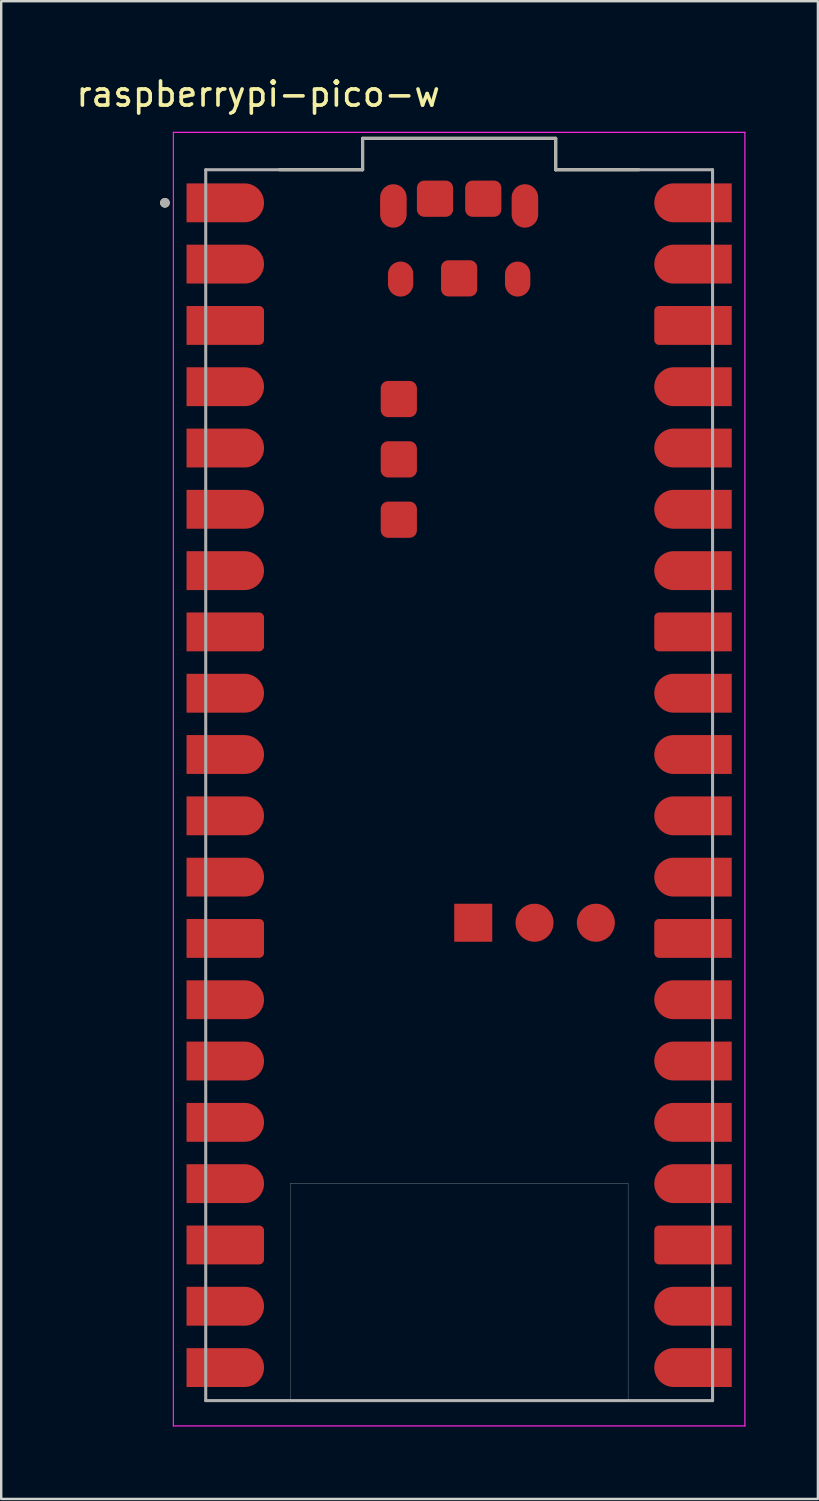
<source format=kicad_pcb>
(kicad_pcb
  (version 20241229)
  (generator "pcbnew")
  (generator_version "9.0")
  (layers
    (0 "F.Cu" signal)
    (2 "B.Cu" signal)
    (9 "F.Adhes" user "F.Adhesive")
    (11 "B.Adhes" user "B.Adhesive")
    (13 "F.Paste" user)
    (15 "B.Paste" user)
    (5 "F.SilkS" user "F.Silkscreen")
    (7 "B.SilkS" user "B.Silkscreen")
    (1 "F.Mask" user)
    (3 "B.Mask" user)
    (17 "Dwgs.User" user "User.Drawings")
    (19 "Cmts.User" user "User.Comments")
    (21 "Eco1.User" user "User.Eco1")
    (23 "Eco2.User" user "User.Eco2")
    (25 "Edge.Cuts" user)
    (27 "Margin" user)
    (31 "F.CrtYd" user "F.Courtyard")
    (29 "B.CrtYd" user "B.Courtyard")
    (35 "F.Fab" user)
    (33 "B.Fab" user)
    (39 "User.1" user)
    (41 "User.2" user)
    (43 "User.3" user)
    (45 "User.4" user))
  (footprint "raspberrypi-pico-w"
    (layer "F.Cu")
    (at 15.974 29.483)
    (property "Reference" "raspberrypi-pico-w" (at -8.325 -28.635 0) (layer "F.SilkS") (effects (font (size 1 1) (thickness 0.15))))
    (attr smd)
    (fp_poly (pts (xy -11.39 -23.23) (xy -11.39 -25.03) (xy -8.89 -25.03) (xy -8.843 -25.029) (xy -8.796 -25.025) (xy -8.749 -25.019) (xy -8.703 -25.01) (xy -8.657 -24.999) (xy -8.612 -24.986) (xy -8.567 -24.97) (xy -8.524 -24.952) (xy -8.481 -24.932) (xy -8.44 -24.909) (xy -8.4 -24.885) (xy -8.361 -24.858) (xy -8.324 -24.829) (xy -8.288 -24.799) (xy -8.254 -24.766) (xy -8.221 -24.732) (xy -8.191 -24.696) (xy -8.162 -24.659) (xy -8.135 -24.62) (xy -8.111 -24.58) (xy -8.088 -24.539) (xy -8.068 -24.496) (xy -8.05 -24.453) (xy -8.034 -24.408) (xy -8.021 -24.363) (xy -8.01 -24.317) (xy -8.001 -24.271) (xy -7.995 -24.224) (xy -7.991 -24.177) (xy -7.99 -24.13) (xy -7.991 -24.083) (xy -7.995 -24.036) (xy -8.001 -23.989) (xy -8.01 -23.943) (xy -8.021 -23.897) (xy -8.034 -23.852) (xy -8.05 -23.807) (xy -8.068 -23.764) (xy -8.088 -23.721) (xy -8.111 -23.68) (xy -8.135 -23.64) (xy -8.162 -23.601) (xy -8.191 -23.564) (xy -8.221 -23.528) (xy -8.254 -23.494) (xy -8.288 -23.461) (xy -8.324 -23.431) (xy -8.361 -23.402) (xy -8.4 -23.375) (xy -8.44 -23.351) (xy -8.481 -23.328) (xy -8.524 -23.308) (xy -8.567 -23.29) (xy -8.612 -23.274) (xy -8.657 -23.261) (xy -8.703 -23.25) (xy -8.749 -23.241) (xy -8.796 -23.235) (xy -8.843 -23.231) (xy -8.89 -23.23) (xy -11.39 -23.23)) (stroke (width 0.01) (type solid)) (fill yes) (layer "F.Mask"))
    (fp_poly (pts (xy -11.39 -20.69) (xy -11.39 -22.49) (xy -8.89 -22.49) (xy -8.843 -22.489) (xy -8.796 -22.485) (xy -8.749 -22.479) (xy -8.703 -22.47) (xy -8.657 -22.459) (xy -8.612 -22.446) (xy -8.567 -22.43) (xy -8.524 -22.412) (xy -8.481 -22.392) (xy -8.44 -22.369) (xy -8.4 -22.345) (xy -8.361 -22.318) (xy -8.324 -22.289) (xy -8.288 -22.259) (xy -8.254 -22.226) (xy -8.221 -22.192) (xy -8.191 -22.156) (xy -8.162 -22.119) (xy -8.135 -22.08) (xy -8.111 -22.04) (xy -8.088 -21.999) (xy -8.068 -21.956) (xy -8.05 -21.913) (xy -8.034 -21.868) (xy -8.021 -21.823) (xy -8.01 -21.777) (xy -8.001 -21.731) (xy -7.995 -21.684) (xy -7.991 -21.637) (xy -7.99 -21.59) (xy -7.991 -21.543) (xy -7.995 -21.496) (xy -8.001 -21.449) (xy -8.01 -21.403) (xy -8.021 -21.357) (xy -8.034 -21.312) (xy -8.05 -21.267) (xy -8.068 -21.224) (xy -8.088 -21.181) (xy -8.111 -21.14) (xy -8.135 -21.1) (xy -8.162 -21.061) (xy -8.191 -21.024) (xy -8.221 -20.988) (xy -8.254 -20.954) (xy -8.288 -20.921) (xy -8.324 -20.891) (xy -8.361 -20.862) (xy -8.4 -20.835) (xy -8.44 -20.811) (xy -8.481 -20.788) (xy -8.524 -20.768) (xy -8.567 -20.75) (xy -8.612 -20.734) (xy -8.657 -20.721) (xy -8.703 -20.71) (xy -8.749 -20.701) (xy -8.796 -20.695) (xy -8.843 -20.691) (xy -8.89 -20.69) (xy -11.39 -20.69)) (stroke (width 0.01) (type solid)) (fill yes) (layer "F.Mask"))
    (fp_poly (pts (xy -11.39 -15.61) (xy -11.39 -17.41) (xy -8.89 -17.41) (xy -8.843 -17.409) (xy -8.796 -17.405) (xy -8.749 -17.399) (xy -8.703 -17.39) (xy -8.657 -17.379) (xy -8.612 -17.366) (xy -8.567 -17.35) (xy -8.524 -17.332) (xy -8.481 -17.312) (xy -8.44 -17.289) (xy -8.4 -17.265) (xy -8.361 -17.238) (xy -8.324 -17.209) (xy -8.288 -17.179) (xy -8.254 -17.146) (xy -8.221 -17.112) (xy -8.191 -17.076) (xy -8.162 -17.039) (xy -8.135 -17) (xy -8.111 -16.96) (xy -8.088 -16.919) (xy -8.068 -16.876) (xy -8.05 -16.833) (xy -8.034 -16.788) (xy -8.021 -16.743) (xy -8.01 -16.697) (xy -8.001 -16.651) (xy -7.995 -16.604) (xy -7.991 -16.557) (xy -7.99 -16.51) (xy -7.991 -16.463) (xy -7.995 -16.416) (xy -8.001 -16.369) (xy -8.01 -16.323) (xy -8.021 -16.277) (xy -8.034 -16.232) (xy -8.05 -16.187) (xy -8.068 -16.144) (xy -8.088 -16.101) (xy -8.111 -16.06) (xy -8.135 -16.02) (xy -8.162 -15.981) (xy -8.191 -15.944) (xy -8.221 -15.908) (xy -8.254 -15.874) (xy -8.288 -15.841) (xy -8.324 -15.811) (xy -8.361 -15.782) (xy -8.4 -15.755) (xy -8.44 -15.731) (xy -8.481 -15.708) (xy -8.524 -15.688) (xy -8.567 -15.67) (xy -8.612 -15.654) (xy -8.657 -15.641) (xy -8.703 -15.63) (xy -8.749 -15.621) (xy -8.796 -15.615) (xy -8.843 -15.611) (xy -8.89 -15.61) (xy -11.39 -15.61)) (stroke (width 0.01) (type solid)) (fill yes) (layer "F.Mask"))
    (fp_poly (pts (xy -11.39 -13.07) (xy -11.39 -14.87) (xy -8.89 -14.87) (xy -8.843 -14.869) (xy -8.796 -14.865) (xy -8.749 -14.859) (xy -8.703 -14.85) (xy -8.657 -14.839) (xy -8.612 -14.826) (xy -8.567 -14.81) (xy -8.524 -14.792) (xy -8.481 -14.772) (xy -8.44 -14.749) (xy -8.4 -14.725) (xy -8.361 -14.698) (xy -8.324 -14.669) (xy -8.288 -14.639) (xy -8.254 -14.606) (xy -8.221 -14.572) (xy -8.191 -14.536) (xy -8.162 -14.499) (xy -8.135 -14.46) (xy -8.111 -14.42) (xy -8.088 -14.379) (xy -8.068 -14.336) (xy -8.05 -14.293) (xy -8.034 -14.248) (xy -8.021 -14.203) (xy -8.01 -14.157) (xy -8.001 -14.111) (xy -7.995 -14.064) (xy -7.991 -14.017) (xy -7.99 -13.97) (xy -7.991 -13.923) (xy -7.995 -13.876) (xy -8.001 -13.829) (xy -8.01 -13.783) (xy -8.021 -13.737) (xy -8.034 -13.692) (xy -8.05 -13.647) (xy -8.068 -13.604) (xy -8.088 -13.561) (xy -8.111 -13.52) (xy -8.135 -13.48) (xy -8.162 -13.441) (xy -8.191 -13.404) (xy -8.221 -13.368) (xy -8.254 -13.334) (xy -8.288 -13.301) (xy -8.324 -13.271) (xy -8.361 -13.242) (xy -8.4 -13.215) (xy -8.44 -13.191) (xy -8.481 -13.168) (xy -8.524 -13.148) (xy -8.567 -13.13) (xy -8.612 -13.114) (xy -8.657 -13.101) (xy -8.703 -13.09) (xy -8.749 -13.081) (xy -8.796 -13.075) (xy -8.843 -13.071) (xy -8.89 -13.07) (xy -11.39 -13.07)) (stroke (width 0.01) (type solid)) (fill yes) (layer "F.Mask"))
    (fp_poly (pts (xy -11.39 -10.53) (xy -11.39 -12.33) (xy -8.89 -12.33) (xy -8.843 -12.329) (xy -8.796 -12.325) (xy -8.749 -12.319) (xy -8.703 -12.31) (xy -8.657 -12.299) (xy -8.612 -12.286) (xy -8.567 -12.27) (xy -8.524 -12.252) (xy -8.481 -12.232) (xy -8.44 -12.209) (xy -8.4 -12.185) (xy -8.361 -12.158) (xy -8.324 -12.129) (xy -8.288 -12.099) (xy -8.254 -12.066) (xy -8.221 -12.032) (xy -8.191 -11.996) (xy -8.162 -11.959) (xy -8.135 -11.92) (xy -8.111 -11.88) (xy -8.088 -11.839) (xy -8.068 -11.796) (xy -8.05 -11.753) (xy -8.034 -11.708) (xy -8.021 -11.663) (xy -8.01 -11.617) (xy -8.001 -11.571) (xy -7.995 -11.524) (xy -7.991 -11.477) (xy -7.99 -11.43) (xy -7.991 -11.383) (xy -7.995 -11.336) (xy -8.001 -11.289) (xy -8.01 -11.243) (xy -8.021 -11.197) (xy -8.034 -11.152) (xy -8.05 -11.107) (xy -8.068 -11.064) (xy -8.088 -11.021) (xy -8.111 -10.98) (xy -8.135 -10.94) (xy -8.162 -10.901) (xy -8.191 -10.864) (xy -8.221 -10.828) (xy -8.254 -10.794) (xy -8.288 -10.761) (xy -8.324 -10.731) (xy -8.361 -10.702) (xy -8.4 -10.675) (xy -8.44 -10.651) (xy -8.481 -10.628) (xy -8.524 -10.608) (xy -8.567 -10.59) (xy -8.612 -10.574) (xy -8.657 -10.561) (xy -8.703 -10.55) (xy -8.749 -10.541) (xy -8.796 -10.535) (xy -8.843 -10.531) (xy -8.89 -10.53) (xy -11.39 -10.53)) (stroke (width 0.01) (type solid)) (fill yes) (layer "F.Mask"))
    (fp_poly (pts (xy -11.39 -7.99) (xy -11.39 -9.79) (xy -8.89 -9.79) (xy -8.843 -9.789) (xy -8.796 -9.785) (xy -8.749 -9.779) (xy -8.703 -9.77) (xy -8.657 -9.759) (xy -8.612 -9.746) (xy -8.567 -9.73) (xy -8.524 -9.712) (xy -8.481 -9.692) (xy -8.44 -9.669) (xy -8.4 -9.645) (xy -8.361 -9.618) (xy -8.324 -9.589) (xy -8.288 -9.559) (xy -8.254 -9.526) (xy -8.221 -9.492) (xy -8.191 -9.456) (xy -8.162 -9.419) (xy -8.135 -9.38) (xy -8.111 -9.34) (xy -8.088 -9.299) (xy -8.068 -9.256) (xy -8.05 -9.213) (xy -8.034 -9.168) (xy -8.021 -9.123) (xy -8.01 -9.077) (xy -8.001 -9.031) (xy -7.995 -8.984) (xy -7.991 -8.937) (xy -7.99 -8.89) (xy -7.991 -8.843) (xy -7.995 -8.796) (xy -8.001 -8.749) (xy -8.01 -8.703) (xy -8.021 -8.657) (xy -8.034 -8.612) (xy -8.05 -8.567) (xy -8.068 -8.524) (xy -8.088 -8.481) (xy -8.111 -8.44) (xy -8.135 -8.4) (xy -8.162 -8.361) (xy -8.191 -8.324) (xy -8.221 -8.288) (xy -8.254 -8.254) (xy -8.288 -8.221) (xy -8.324 -8.191) (xy -8.361 -8.162) (xy -8.4 -8.135) (xy -8.44 -8.111) (xy -8.481 -8.088) (xy -8.524 -8.068) (xy -8.567 -8.05) (xy -8.612 -8.034) (xy -8.657 -8.021) (xy -8.703 -8.01) (xy -8.749 -8.001) (xy -8.796 -7.995) (xy -8.843 -7.991) (xy -8.89 -7.99) (xy -11.39 -7.99)) (stroke (width 0.01) (type solid)) (fill yes) (layer "F.Mask"))
    (fp_poly (pts (xy -11.39 -2.91) (xy -11.39 -4.71) (xy -8.89 -4.71) (xy -8.843 -4.709) (xy -8.796 -4.705) (xy -8.749 -4.699) (xy -8.703 -4.69) (xy -8.657 -4.679) (xy -8.612 -4.666) (xy -8.567 -4.65) (xy -8.524 -4.632) (xy -8.481 -4.612) (xy -8.44 -4.589) (xy -8.4 -4.565) (xy -8.361 -4.538) (xy -8.324 -4.509) (xy -8.288 -4.479) (xy -8.254 -4.446) (xy -8.221 -4.412) (xy -8.191 -4.376) (xy -8.162 -4.339) (xy -8.135 -4.3) (xy -8.111 -4.26) (xy -8.088 -4.219) (xy -8.068 -4.176) (xy -8.05 -4.133) (xy -8.034 -4.088) (xy -8.021 -4.043) (xy -8.01 -3.997) (xy -8.001 -3.951) (xy -7.995 -3.904) (xy -7.991 -3.857) (xy -7.99 -3.81) (xy -7.991 -3.763) (xy -7.995 -3.716) (xy -8.001 -3.669) (xy -8.01 -3.623) (xy -8.021 -3.577) (xy -8.034 -3.532) (xy -8.05 -3.487) (xy -8.068 -3.444) (xy -8.088 -3.401) (xy -8.111 -3.36) (xy -8.135 -3.32) (xy -8.162 -3.281) (xy -8.191 -3.244) (xy -8.221 -3.208) (xy -8.254 -3.174) (xy -8.288 -3.141) (xy -8.324 -3.111) (xy -8.361 -3.082) (xy -8.4 -3.055) (xy -8.44 -3.031) (xy -8.481 -3.008) (xy -8.524 -2.988) (xy -8.567 -2.97) (xy -8.612 -2.954) (xy -8.657 -2.941) (xy -8.703 -2.93) (xy -8.749 -2.921) (xy -8.796 -2.915) (xy -8.843 -2.911) (xy -8.89 -2.91) (xy -11.39 -2.91)) (stroke (width 0.01) (type solid)) (fill yes) (layer "F.Mask"))
    (fp_poly (pts (xy -11.39 -0.37) (xy -11.39 -2.17) (xy -8.89 -2.17) (xy -8.843 -2.169) (xy -8.796 -2.165) (xy -8.749 -2.159) (xy -8.703 -2.15) (xy -8.657 -2.139) (xy -8.612 -2.126) (xy -8.567 -2.11) (xy -8.524 -2.092) (xy -8.481 -2.072) (xy -8.44 -2.049) (xy -8.4 -2.025) (xy -8.361 -1.998) (xy -8.324 -1.969) (xy -8.288 -1.939) (xy -8.254 -1.906) (xy -8.221 -1.872) (xy -8.191 -1.836) (xy -8.162 -1.799) (xy -8.135 -1.76) (xy -8.111 -1.72) (xy -8.088 -1.679) (xy -8.068 -1.636) (xy -8.05 -1.593) (xy -8.034 -1.548) (xy -8.021 -1.503) (xy -8.01 -1.457) (xy -8.001 -1.411) (xy -7.995 -1.364) (xy -7.991 -1.317) (xy -7.99 -1.27) (xy -7.991 -1.223) (xy -7.995 -1.176) (xy -8.001 -1.129) (xy -8.01 -1.083) (xy -8.021 -1.037) (xy -8.034 -0.992) (xy -8.05 -0.947) (xy -8.068 -0.904) (xy -8.088 -0.861) (xy -8.111 -0.82) (xy -8.135 -0.78) (xy -8.162 -0.741) (xy -8.191 -0.704) (xy -8.221 -0.668) (xy -8.254 -0.634) (xy -8.288 -0.601) (xy -8.324 -0.571) (xy -8.361 -0.542) (xy -8.4 -0.515) (xy -8.44 -0.491) (xy -8.481 -0.468) (xy -8.524 -0.448) (xy -8.567 -0.43) (xy -8.612 -0.414) (xy -8.657 -0.401) (xy -8.703 -0.39) (xy -8.749 -0.381) (xy -8.796 -0.375) (xy -8.843 -0.371) (xy -8.89 -0.37) (xy -11.39 -0.37)) (stroke (width 0.01) (type solid)) (fill yes) (layer "F.Mask"))
    (fp_poly (pts (xy -11.39 2.17) (xy -11.39 0.37) (xy -8.89 0.37) (xy -8.843 0.371) (xy -8.796 0.375) (xy -8.749 0.381) (xy -8.703 0.39) (xy -8.657 0.401) (xy -8.612 0.414) (xy -8.567 0.43) (xy -8.524 0.448) (xy -8.481 0.468) (xy -8.44 0.491) (xy -8.4 0.515) (xy -8.361 0.542) (xy -8.324 0.571) (xy -8.288 0.601) (xy -8.254 0.634) (xy -8.221 0.668) (xy -8.191 0.704) (xy -8.162 0.741) (xy -8.135 0.78) (xy -8.111 0.82) (xy -8.088 0.861) (xy -8.068 0.904) (xy -8.05 0.947) (xy -8.034 0.992) (xy -8.021 1.037) (xy -8.01 1.083) (xy -8.001 1.129) (xy -7.995 1.176) (xy -7.991 1.223) (xy -7.99 1.27) (xy -7.991 1.317) (xy -7.995 1.364) (xy -8.001 1.411) (xy -8.01 1.457) (xy -8.021 1.503) (xy -8.034 1.548) (xy -8.05 1.593) (xy -8.068 1.636) (xy -8.088 1.679) (xy -8.111 1.72) (xy -8.135 1.76) (xy -8.162 1.799) (xy -8.191 1.836) (xy -8.221 1.872) (xy -8.254 1.906) (xy -8.288 1.939) (xy -8.324 1.969) (xy -8.361 1.998) (xy -8.4 2.025) (xy -8.44 2.049) (xy -8.481 2.072) (xy -8.524 2.092) (xy -8.567 2.11) (xy -8.612 2.126) (xy -8.657 2.139) (xy -8.703 2.15) (xy -8.749 2.159) (xy -8.796 2.165) (xy -8.843 2.169) (xy -8.89 2.17) (xy -11.39 2.17)) (stroke (width 0.01) (type solid)) (fill yes) (layer "F.Mask"))
    (fp_poly (pts (xy -11.39 4.71) (xy -11.39 2.91) (xy -8.89 2.91) (xy -8.843 2.911) (xy -8.796 2.915) (xy -8.749 2.921) (xy -8.703 2.93) (xy -8.657 2.941) (xy -8.612 2.954) (xy -8.567 2.97) (xy -8.524 2.988) (xy -8.481 3.008) (xy -8.44 3.031) (xy -8.4 3.055) (xy -8.361 3.082) (xy -8.324 3.111) (xy -8.288 3.141) (xy -8.254 3.174) (xy -8.221 3.208) (xy -8.191 3.244) (xy -8.162 3.281) (xy -8.135 3.32) (xy -8.111 3.36) (xy -8.088 3.401) (xy -8.068 3.444) (xy -8.05 3.487) (xy -8.034 3.532) (xy -8.021 3.577) (xy -8.01 3.623) (xy -8.001 3.669) (xy -7.995 3.716) (xy -7.991 3.763) (xy -7.99 3.81) (xy -7.991 3.857) (xy -7.995 3.904) (xy -8.001 3.951) (xy -8.01 3.997) (xy -8.021 4.043) (xy -8.034 4.088) (xy -8.05 4.133) (xy -8.068 4.176) (xy -8.088 4.219) (xy -8.111 4.26) (xy -8.135 4.3) (xy -8.162 4.339) (xy -8.191 4.376) (xy -8.221 4.412) (xy -8.254 4.446) (xy -8.288 4.479) (xy -8.324 4.509) (xy -8.361 4.538) (xy -8.4 4.565) (xy -8.44 4.589) (xy -8.481 4.612) (xy -8.524 4.632) (xy -8.567 4.65) (xy -8.612 4.666) (xy -8.657 4.679) (xy -8.703 4.69) (xy -8.749 4.699) (xy -8.796 4.705) (xy -8.843 4.709) (xy -8.89 4.71) (xy -11.39 4.71)) (stroke (width 0.01) (type solid)) (fill yes) (layer "F.Mask"))
    (fp_poly (pts (xy -11.39 9.79) (xy -11.39 7.99) (xy -8.89 7.99) (xy -8.843 7.991) (xy -8.796 7.995) (xy -8.749 8.001) (xy -8.703 8.01) (xy -8.657 8.021) (xy -8.612 8.034) (xy -8.567 8.05) (xy -8.524 8.068) (xy -8.481 8.088) (xy -8.44 8.111) (xy -8.4 8.135) (xy -8.361 8.162) (xy -8.324 8.191) (xy -8.288 8.221) (xy -8.254 8.254) (xy -8.221 8.288) (xy -8.191 8.324) (xy -8.162 8.361) (xy -8.135 8.4) (xy -8.111 8.44) (xy -8.088 8.481) (xy -8.068 8.524) (xy -8.05 8.567) (xy -8.034 8.612) (xy -8.021 8.657) (xy -8.01 8.703) (xy -8.001 8.749) (xy -7.995 8.796) (xy -7.991 8.843) (xy -7.99 8.89) (xy -7.991 8.937) (xy -7.995 8.984) (xy -8.001 9.031) (xy -8.01 9.077) (xy -8.021 9.123) (xy -8.034 9.168) (xy -8.05 9.213) (xy -8.068 9.256) (xy -8.088 9.299) (xy -8.111 9.34) (xy -8.135 9.38) (xy -8.162 9.419) (xy -8.191 9.456) (xy -8.221 9.492) (xy -8.254 9.526) (xy -8.288 9.559) (xy -8.324 9.589) (xy -8.361 9.618) (xy -8.4 9.645) (xy -8.44 9.669) (xy -8.481 9.692) (xy -8.524 9.712) (xy -8.567 9.73) (xy -8.612 9.746) (xy -8.657 9.759) (xy -8.703 9.77) (xy -8.749 9.779) (xy -8.796 9.785) (xy -8.843 9.789) (xy -8.89 9.79) (xy -11.39 9.79)) (stroke (width 0.01) (type solid)) (fill yes) (layer "F.Mask"))
    (fp_poly (pts (xy -11.39 12.33) (xy -11.39 10.53) (xy -8.89 10.53) (xy -8.843 10.531) (xy -8.796 10.535) (xy -8.749 10.541) (xy -8.703 10.55) (xy -8.657 10.561) (xy -8.612 10.574) (xy -8.567 10.59) (xy -8.524 10.608) (xy -8.481 10.628) (xy -8.44 10.651) (xy -8.4 10.675) (xy -8.361 10.702) (xy -8.324 10.731) (xy -8.288 10.761) (xy -8.254 10.794) (xy -8.221 10.828) (xy -8.191 10.864) (xy -8.162 10.901) (xy -8.135 10.94) (xy -8.111 10.98) (xy -8.088 11.021) (xy -8.068 11.064) (xy -8.05 11.107) (xy -8.034 11.152) (xy -8.021 11.197) (xy -8.01 11.243) (xy -8.001 11.289) (xy -7.995 11.336) (xy -7.991 11.383) (xy -7.99 11.43) (xy -7.991 11.477) (xy -7.995 11.524) (xy -8.001 11.571) (xy -8.01 11.617) (xy -8.021 11.663) (xy -8.034 11.708) (xy -8.05 11.753) (xy -8.068 11.796) (xy -8.088 11.839) (xy -8.111 11.88) (xy -8.135 11.92) (xy -8.162 11.959) (xy -8.191 11.996) (xy -8.221 12.032) (xy -8.254 12.066) (xy -8.288 12.099) (xy -8.324 12.129) (xy -8.361 12.158) (xy -8.4 12.185) (xy -8.44 12.209) (xy -8.481 12.232) (xy -8.524 12.252) (xy -8.567 12.27) (xy -8.612 12.286) (xy -8.657 12.299) (xy -8.703 12.31) (xy -8.749 12.319) (xy -8.796 12.325) (xy -8.843 12.329) (xy -8.89 12.33) (xy -11.39 12.33)) (stroke (width 0.01) (type solid)) (fill yes) (layer "F.Mask"))
    (fp_poly (pts (xy -11.39 14.87) (xy -11.39 13.07) (xy -8.89 13.07) (xy -8.843 13.071) (xy -8.796 13.075) (xy -8.749 13.081) (xy -8.703 13.09) (xy -8.657 13.101) (xy -8.612 13.114) (xy -8.567 13.13) (xy -8.524 13.148) (xy -8.481 13.168) (xy -8.44 13.191) (xy -8.4 13.215) (xy -8.361 13.242) (xy -8.324 13.271) (xy -8.288 13.301) (xy -8.254 13.334) (xy -8.221 13.368) (xy -8.191 13.404) (xy -8.162 13.441) (xy -8.135 13.48) (xy -8.111 13.52) (xy -8.088 13.561) (xy -8.068 13.604) (xy -8.05 13.647) (xy -8.034 13.692) (xy -8.021 13.737) (xy -8.01 13.783) (xy -8.001 13.829) (xy -7.995 13.876) (xy -7.991 13.923) (xy -7.99 13.97) (xy -7.991 14.017) (xy -7.995 14.064) (xy -8.001 14.111) (xy -8.01 14.157) (xy -8.021 14.203) (xy -8.034 14.248) (xy -8.05 14.293) (xy -8.068 14.336) (xy -8.088 14.379) (xy -8.111 14.42) (xy -8.135 14.46) (xy -8.162 14.499) (xy -8.191 14.536) (xy -8.221 14.572) (xy -8.254 14.606) (xy -8.288 14.639) (xy -8.324 14.669) (xy -8.361 14.698) (xy -8.4 14.725) (xy -8.44 14.749) (xy -8.481 14.772) (xy -8.524 14.792) (xy -8.567 14.81) (xy -8.612 14.826) (xy -8.657 14.839) (xy -8.703 14.85) (xy -8.749 14.859) (xy -8.796 14.865) (xy -8.843 14.869) (xy -8.89 14.87) (xy -11.39 14.87)) (stroke (width 0.01) (type solid)) (fill yes) (layer "F.Mask"))
    (fp_poly (pts (xy -11.39 17.41) (xy -11.39 15.61) (xy -8.89 15.61) (xy -8.843 15.611) (xy -8.796 15.615) (xy -8.749 15.621) (xy -8.703 15.63) (xy -8.657 15.641) (xy -8.612 15.654) (xy -8.567 15.67) (xy -8.524 15.688) (xy -8.481 15.708) (xy -8.44 15.731) (xy -8.4 15.755) (xy -8.361 15.782) (xy -8.324 15.811) (xy -8.288 15.841) (xy -8.254 15.874) (xy -8.221 15.908) (xy -8.191 15.944) (xy -8.162 15.981) (xy -8.135 16.02) (xy -8.111 16.06) (xy -8.088 16.101) (xy -8.068 16.144) (xy -8.05 16.187) (xy -8.034 16.232) (xy -8.021 16.277) (xy -8.01 16.323) (xy -8.001 16.369) (xy -7.995 16.416) (xy -7.991 16.463) (xy -7.99 16.51) (xy -7.991 16.557) (xy -7.995 16.604) (xy -8.001 16.651) (xy -8.01 16.697) (xy -8.021 16.743) (xy -8.034 16.788) (xy -8.05 16.833) (xy -8.068 16.876) (xy -8.088 16.919) (xy -8.111 16.96) (xy -8.135 17) (xy -8.162 17.039) (xy -8.191 17.076) (xy -8.221 17.112) (xy -8.254 17.146) (xy -8.288 17.179) (xy -8.324 17.209) (xy -8.361 17.238) (xy -8.4 17.265) (xy -8.44 17.289) (xy -8.481 17.312) (xy -8.524 17.332) (xy -8.567 17.35) (xy -8.612 17.366) (xy -8.657 17.379) (xy -8.703 17.39) (xy -8.749 17.399) (xy -8.796 17.405) (xy -8.843 17.409) (xy -8.89 17.41) (xy -11.39 17.41)) (stroke (width 0.01) (type solid)) (fill yes) (layer "F.Mask"))
    (fp_poly (pts (xy -11.39 22.49) (xy -11.39 20.69) (xy -8.89 20.69) (xy -8.843 20.691) (xy -8.796 20.695) (xy -8.749 20.701) (xy -8.703 20.71) (xy -8.657 20.721) (xy -8.612 20.734) (xy -8.567 20.75) (xy -8.524 20.768) (xy -8.481 20.788) (xy -8.44 20.811) (xy -8.4 20.835) (xy -8.361 20.862) (xy -8.324 20.891) (xy -8.288 20.921) (xy -8.254 20.954) (xy -8.221 20.988) (xy -8.191 21.024) (xy -8.162 21.061) (xy -8.135 21.1) (xy -8.111 21.14) (xy -8.088 21.181) (xy -8.068 21.224) (xy -8.05 21.267) (xy -8.034 21.312) (xy -8.021 21.357) (xy -8.01 21.403) (xy -8.001 21.449) (xy -7.995 21.496) (xy -7.991 21.543) (xy -7.99 21.59) (xy -7.991 21.637) (xy -7.995 21.684) (xy -8.001 21.731) (xy -8.01 21.777) (xy -8.021 21.823) (xy -8.034 21.868) (xy -8.05 21.913) (xy -8.068 21.956) (xy -8.088 21.999) (xy -8.111 22.04) (xy -8.135 22.08) (xy -8.162 22.119) (xy -8.191 22.156) (xy -8.221 22.192) (xy -8.254 22.226) (xy -8.288 22.259) (xy -8.324 22.289) (xy -8.361 22.318) (xy -8.4 22.345) (xy -8.44 22.369) (xy -8.481 22.392) (xy -8.524 22.412) (xy -8.567 22.43) (xy -8.612 22.446) (xy -8.657 22.459) (xy -8.703 22.47) (xy -8.749 22.479) (xy -8.796 22.485) (xy -8.843 22.489) (xy -8.89 22.49) (xy -11.39 22.49)) (stroke (width 0.01) (type solid)) (fill yes) (layer "F.Mask"))
    (fp_poly (pts (xy -11.39 25.03) (xy -11.39 23.23) (xy -8.89 23.23) (xy -8.843 23.231) (xy -8.796 23.235) (xy -8.749 23.241) (xy -8.703 23.25) (xy -8.657 23.261) (xy -8.612 23.274) (xy -8.567 23.29) (xy -8.524 23.308) (xy -8.481 23.328) (xy -8.44 23.351) (xy -8.4 23.375) (xy -8.361 23.402) (xy -8.324 23.431) (xy -8.288 23.461) (xy -8.254 23.494) (xy -8.221 23.528) (xy -8.191 23.564) (xy -8.162 23.601) (xy -8.135 23.64) (xy -8.111 23.68) (xy -8.088 23.721) (xy -8.068 23.764) (xy -8.05 23.807) (xy -8.034 23.852) (xy -8.021 23.897) (xy -8.01 23.943) (xy -8.001 23.989) (xy -7.995 24.036) (xy -7.991 24.083) (xy -7.99 24.13) (xy -7.991 24.177) (xy -7.995 24.224) (xy -8.001 24.271) (xy -8.01 24.317) (xy -8.021 24.363) (xy -8.034 24.408) (xy -8.05 24.453) (xy -8.068 24.496) (xy -8.088 24.539) (xy -8.111 24.58) (xy -8.135 24.62) (xy -8.162 24.659) (xy -8.191 24.696) (xy -8.221 24.732) (xy -8.254 24.766) (xy -8.288 24.799) (xy -8.324 24.829) (xy -8.361 24.858) (xy -8.4 24.885) (xy -8.44 24.909) (xy -8.481 24.932) (xy -8.524 24.952) (xy -8.567 24.97) (xy -8.612 24.986) (xy -8.657 24.999) (xy -8.703 25.01) (xy -8.749 25.019) (xy -8.796 25.025) (xy -8.843 25.029) (xy -8.89 25.03) (xy -11.39 25.03)) (stroke (width 0.01) (type solid)) (fill yes) (layer "F.Mask"))
    (fp_poly (pts (xy 11.39 -23.23) (xy 11.39 -25.03) (xy 8.89 -25.03) (xy 8.843 -25.029) (xy 8.796 -25.025) (xy 8.749 -25.019) (xy 8.703 -25.01) (xy 8.657 -24.999) (xy 8.612 -24.986) (xy 8.567 -24.97) (xy 8.524 -24.952) (xy 8.481 -24.932) (xy 8.44 -24.909) (xy 8.4 -24.885) (xy 8.361 -24.858) (xy 8.324 -24.829) (xy 8.288 -24.799) (xy 8.254 -24.766) (xy 8.221 -24.732) (xy 8.191 -24.696) (xy 8.162 -24.659) (xy 8.135 -24.62) (xy 8.111 -24.58) (xy 8.088 -24.539) (xy 8.068 -24.496) (xy 8.05 -24.453) (xy 8.034 -24.408) (xy 8.021 -24.363) (xy 8.01 -24.317) (xy 8.001 -24.271) (xy 7.995 -24.224) (xy 7.991 -24.177) (xy 7.99 -24.13) (xy 7.991 -24.083) (xy 7.995 -24.036) (xy 8.001 -23.989) (xy 8.01 -23.943) (xy 8.021 -23.897) (xy 8.034 -23.852) (xy 8.05 -23.807) (xy 8.068 -23.764) (xy 8.088 -23.721) (xy 8.111 -23.68) (xy 8.135 -23.64) (xy 8.162 -23.601) (xy 8.191 -23.564) (xy 8.221 -23.528) (xy 8.254 -23.494) (xy 8.288 -23.461) (xy 8.324 -23.431) (xy 8.361 -23.402) (xy 8.4 -23.375) (xy 8.44 -23.351) (xy 8.481 -23.328) (xy 8.524 -23.308) (xy 8.567 -23.29) (xy 8.612 -23.274) (xy 8.657 -23.261) (xy 8.703 -23.25) (xy 8.749 -23.241) (xy 8.796 -23.235) (xy 8.843 -23.231) (xy 8.89 -23.23) (xy 11.39 -23.23)) (stroke (width 0.01) (type solid)) (fill yes) (layer "F.Mask"))
    (fp_poly (pts (xy 11.39 -20.69) (xy 11.39 -22.49) (xy 8.89 -22.49) (xy 8.843 -22.489) (xy 8.796 -22.485) (xy 8.749 -22.479) (xy 8.703 -22.47) (xy 8.657 -22.459) (xy 8.612 -22.446) (xy 8.567 -22.43) (xy 8.524 -22.412) (xy 8.481 -22.392) (xy 8.44 -22.369) (xy 8.4 -22.345) (xy 8.361 -22.318) (xy 8.324 -22.289) (xy 8.288 -22.259) (xy 8.254 -22.226) (xy 8.221 -22.192) (xy 8.191 -22.156) (xy 8.162 -22.119) (xy 8.135 -22.08) (xy 8.111 -22.04) (xy 8.088 -21.999) (xy 8.068 -21.956) (xy 8.05 -21.913) (xy 8.034 -21.868) (xy 8.021 -21.823) (xy 8.01 -21.777) (xy 8.001 -21.731) (xy 7.995 -21.684) (xy 7.991 -21.637) (xy 7.99 -21.59) (xy 7.991 -21.543) (xy 7.995 -21.496) (xy 8.001 -21.449) (xy 8.01 -21.403) (xy 8.021 -21.357) (xy 8.034 -21.312) (xy 8.05 -21.267) (xy 8.068 -21.224) (xy 8.088 -21.181) (xy 8.111 -21.14) (xy 8.135 -21.1) (xy 8.162 -21.061) (xy 8.191 -21.024) (xy 8.221 -20.988) (xy 8.254 -20.954) (xy 8.288 -20.921) (xy 8.324 -20.891) (xy 8.361 -20.862) (xy 8.4 -20.835) (xy 8.44 -20.811) (xy 8.481 -20.788) (xy 8.524 -20.768) (xy 8.567 -20.75) (xy 8.612 -20.734) (xy 8.657 -20.721) (xy 8.703 -20.71) (xy 8.749 -20.701) (xy 8.796 -20.695) (xy 8.843 -20.691) (xy 8.89 -20.69) (xy 11.39 -20.69)) (stroke (width 0.01) (type solid)) (fill yes) (layer "F.Mask"))
    (fp_poly (pts (xy 11.39 -15.61) (xy 11.39 -17.41) (xy 8.89 -17.41) (xy 8.843 -17.409) (xy 8.796 -17.405) (xy 8.749 -17.399) (xy 8.703 -17.39) (xy 8.657 -17.379) (xy 8.612 -17.366) (xy 8.567 -17.35) (xy 8.524 -17.332) (xy 8.481 -17.312) (xy 8.44 -17.289) (xy 8.4 -17.265) (xy 8.361 -17.238) (xy 8.324 -17.209) (xy 8.288 -17.179) (xy 8.254 -17.146) (xy 8.221 -17.112) (xy 8.191 -17.076) (xy 8.162 -17.039) (xy 8.135 -17) (xy 8.111 -16.96) (xy 8.088 -16.919) (xy 8.068 -16.876) (xy 8.05 -16.833) (xy 8.034 -16.788) (xy 8.021 -16.743) (xy 8.01 -16.697) (xy 8.001 -16.651) (xy 7.995 -16.604) (xy 7.991 -16.557) (xy 7.99 -16.51) (xy 7.991 -16.463) (xy 7.995 -16.416) (xy 8.001 -16.369) (xy 8.01 -16.323) (xy 8.021 -16.277) (xy 8.034 -16.232) (xy 8.05 -16.187) (xy 8.068 -16.144) (xy 8.088 -16.101) (xy 8.111 -16.06) (xy 8.135 -16.02) (xy 8.162 -15.981) (xy 8.191 -15.944) (xy 8.221 -15.908) (xy 8.254 -15.874) (xy 8.288 -15.841) (xy 8.324 -15.811) (xy 8.361 -15.782) (xy 8.4 -15.755) (xy 8.44 -15.731) (xy 8.481 -15.708) (xy 8.524 -15.688) (xy 8.567 -15.67) (xy 8.612 -15.654) (xy 8.657 -15.641) (xy 8.703 -15.63) (xy 8.749 -15.621) (xy 8.796 -15.615) (xy 8.843 -15.611) (xy 8.89 -15.61) (xy 11.39 -15.61)) (stroke (width 0.01) (type solid)) (fill yes) (layer "F.Mask"))
    (fp_poly (pts (xy 11.39 -13.07) (xy 11.39 -14.87) (xy 8.89 -14.87) (xy 8.843 -14.869) (xy 8.796 -14.865) (xy 8.749 -14.859) (xy 8.703 -14.85) (xy 8.657 -14.839) (xy 8.612 -14.826) (xy 8.567 -14.81) (xy 8.524 -14.792) (xy 8.481 -14.772) (xy 8.44 -14.749) (xy 8.4 -14.725) (xy 8.361 -14.698) (xy 8.324 -14.669) (xy 8.288 -14.639) (xy 8.254 -14.606) (xy 8.221 -14.572) (xy 8.191 -14.536) (xy 8.162 -14.499) (xy 8.135 -14.46) (xy 8.111 -14.42) (xy 8.088 -14.379) (xy 8.068 -14.336) (xy 8.05 -14.293) (xy 8.034 -14.248) (xy 8.021 -14.203) (xy 8.01 -14.157) (xy 8.001 -14.111) (xy 7.995 -14.064) (xy 7.991 -14.017) (xy 7.99 -13.97) (xy 7.991 -13.923) (xy 7.995 -13.876) (xy 8.001 -13.829) (xy 8.01 -13.783) (xy 8.021 -13.737) (xy 8.034 -13.692) (xy 8.05 -13.647) (xy 8.068 -13.604) (xy 8.088 -13.561) (xy 8.111 -13.52) (xy 8.135 -13.48) (xy 8.162 -13.441) (xy 8.191 -13.404) (xy 8.221 -13.368) (xy 8.254 -13.334) (xy 8.288 -13.301) (xy 8.324 -13.271) (xy 8.361 -13.242) (xy 8.4 -13.215) (xy 8.44 -13.191) (xy 8.481 -13.168) (xy 8.524 -13.148) (xy 8.567 -13.13) (xy 8.612 -13.114) (xy 8.657 -13.101) (xy 8.703 -13.09) (xy 8.749 -13.081) (xy 8.796 -13.075) (xy 8.843 -13.071) (xy 8.89 -13.07) (xy 11.39 -13.07)) (stroke (width 0.01) (type solid)) (fill yes) (layer "F.Mask"))
    (fp_poly (pts (xy 11.39 -10.53) (xy 11.39 -12.33) (xy 8.89 -12.33) (xy 8.843 -12.329) (xy 8.796 -12.325) (xy 8.749 -12.319) (xy 8.703 -12.31) (xy 8.657 -12.299) (xy 8.612 -12.286) (xy 8.567 -12.27) (xy 8.524 -12.252) (xy 8.481 -12.232) (xy 8.44 -12.209) (xy 8.4 -12.185) (xy 8.361 -12.158) (xy 8.324 -12.129) (xy 8.288 -12.099) (xy 8.254 -12.066) (xy 8.221 -12.032) (xy 8.191 -11.996) (xy 8.162 -11.959) (xy 8.135 -11.92) (xy 8.111 -11.88) (xy 8.088 -11.839) (xy 8.068 -11.796) (xy 8.05 -11.753) (xy 8.034 -11.708) (xy 8.021 -11.663) (xy 8.01 -11.617) (xy 8.001 -11.571) (xy 7.995 -11.524) (xy 7.991 -11.477) (xy 7.99 -11.43) (xy 7.991 -11.383) (xy 7.995 -11.336) (xy 8.001 -11.289) (xy 8.01 -11.243) (xy 8.021 -11.197) (xy 8.034 -11.152) (xy 8.05 -11.107) (xy 8.068 -11.064) (xy 8.088 -11.021) (xy 8.111 -10.98) (xy 8.135 -10.94) (xy 8.162 -10.901) (xy 8.191 -10.864) (xy 8.221 -10.828) (xy 8.254 -10.794) (xy 8.288 -10.761) (xy 8.324 -10.731) (xy 8.361 -10.702) (xy 8.4 -10.675) (xy 8.44 -10.651) (xy 8.481 -10.628) (xy 8.524 -10.608) (xy 8.567 -10.59) (xy 8.612 -10.574) (xy 8.657 -10.561) (xy 8.703 -10.55) (xy 8.749 -10.541) (xy 8.796 -10.535) (xy 8.843 -10.531) (xy 8.89 -10.53) (xy 11.39 -10.53)) (stroke (width 0.01) (type solid)) (fill yes) (layer "F.Mask"))
    (fp_poly (pts (xy 11.39 -7.99) (xy 11.39 -9.79) (xy 8.89 -9.79) (xy 8.843 -9.789) (xy 8.796 -9.785) (xy 8.749 -9.779) (xy 8.703 -9.77) (xy 8.657 -9.759) (xy 8.612 -9.746) (xy 8.567 -9.73) (xy 8.524 -9.712) (xy 8.481 -9.692) (xy 8.44 -9.669) (xy 8.4 -9.645) (xy 8.361 -9.618) (xy 8.324 -9.589) (xy 8.288 -9.559) (xy 8.254 -9.526) (xy 8.221 -9.492) (xy 8.191 -9.456) (xy 8.162 -9.419) (xy 8.135 -9.38) (xy 8.111 -9.34) (xy 8.088 -9.299) (xy 8.068 -9.256) (xy 8.05 -9.213) (xy 8.034 -9.168) (xy 8.021 -9.123) (xy 8.01 -9.077) (xy 8.001 -9.031) (xy 7.995 -8.984) (xy 7.991 -8.937) (xy 7.99 -8.89) (xy 7.991 -8.843) (xy 7.995 -8.796) (xy 8.001 -8.749) (xy 8.01 -8.703) (xy 8.021 -8.657) (xy 8.034 -8.612) (xy 8.05 -8.567) (xy 8.068 -8.524) (xy 8.088 -8.481) (xy 8.111 -8.44) (xy 8.135 -8.4) (xy 8.162 -8.361) (xy 8.191 -8.324) (xy 8.221 -8.288) (xy 8.254 -8.254) (xy 8.288 -8.221) (xy 8.324 -8.191) (xy 8.361 -8.162) (xy 8.4 -8.135) (xy 8.44 -8.111) (xy 8.481 -8.088) (xy 8.524 -8.068) (xy 8.567 -8.05) (xy 8.612 -8.034) (xy 8.657 -8.021) (xy 8.703 -8.01) (xy 8.749 -8.001) (xy 8.796 -7.995) (xy 8.843 -7.991) (xy 8.89 -7.99) (xy 11.39 -7.99)) (stroke (width 0.01) (type solid)) (fill yes) (layer "F.Mask"))
    (fp_poly (pts (xy 11.39 -2.91) (xy 11.39 -4.71) (xy 8.89 -4.71) (xy 8.843 -4.709) (xy 8.796 -4.705) (xy 8.749 -4.699) (xy 8.703 -4.69) (xy 8.657 -4.679) (xy 8.612 -4.666) (xy 8.567 -4.65) (xy 8.524 -4.632) (xy 8.481 -4.612) (xy 8.44 -4.589) (xy 8.4 -4.565) (xy 8.361 -4.538) (xy 8.324 -4.509) (xy 8.288 -4.479) (xy 8.254 -4.446) (xy 8.221 -4.412) (xy 8.191 -4.376) (xy 8.162 -4.339) (xy 8.135 -4.3) (xy 8.111 -4.26) (xy 8.088 -4.219) (xy 8.068 -4.176) (xy 8.05 -4.133) (xy 8.034 -4.088) (xy 8.021 -4.043) (xy 8.01 -3.997) (xy 8.001 -3.951) (xy 7.995 -3.904) (xy 7.991 -3.857) (xy 7.99 -3.81) (xy 7.991 -3.763) (xy 7.995 -3.716) (xy 8.001 -3.669) (xy 8.01 -3.623) (xy 8.021 -3.577) (xy 8.034 -3.532) (xy 8.05 -3.487) (xy 8.068 -3.444) (xy 8.088 -3.401) (xy 8.111 -3.36) (xy 8.135 -3.32) (xy 8.162 -3.281) (xy 8.191 -3.244) (xy 8.221 -3.208) (xy 8.254 -3.174) (xy 8.288 -3.141) (xy 8.324 -3.111) (xy 8.361 -3.082) (xy 8.4 -3.055) (xy 8.44 -3.031) (xy 8.481 -3.008) (xy 8.524 -2.988) (xy 8.567 -2.97) (xy 8.612 -2.954) (xy 8.657 -2.941) (xy 8.703 -2.93) (xy 8.749 -2.921) (xy 8.796 -2.915) (xy 8.843 -2.911) (xy 8.89 -2.91) (xy 11.39 -2.91)) (stroke (width 0.01) (type solid)) (fill yes) (layer "F.Mask"))
    (fp_poly (pts (xy 11.39 -0.37) (xy 11.39 -2.17) (xy 8.89 -2.17) (xy 8.843 -2.169) (xy 8.796 -2.165) (xy 8.749 -2.159) (xy 8.703 -2.15) (xy 8.657 -2.139) (xy 8.612 -2.126) (xy 8.567 -2.11) (xy 8.524 -2.092) (xy 8.481 -2.072) (xy 8.44 -2.049) (xy 8.4 -2.025) (xy 8.361 -1.998) (xy 8.324 -1.969) (xy 8.288 -1.939) (xy 8.254 -1.906) (xy 8.221 -1.872) (xy 8.191 -1.836) (xy 8.162 -1.799) (xy 8.135 -1.76) (xy 8.111 -1.72) (xy 8.088 -1.679) (xy 8.068 -1.636) (xy 8.05 -1.593) (xy 8.034 -1.548) (xy 8.021 -1.503) (xy 8.01 -1.457) (xy 8.001 -1.411) (xy 7.995 -1.364) (xy 7.991 -1.317) (xy 7.99 -1.27) (xy 7.991 -1.223) (xy 7.995 -1.176) (xy 8.001 -1.129) (xy 8.01 -1.083) (xy 8.021 -1.037) (xy 8.034 -0.992) (xy 8.05 -0.947) (xy 8.068 -0.904) (xy 8.088 -0.861) (xy 8.111 -0.82) (xy 8.135 -0.78) (xy 8.162 -0.741) (xy 8.191 -0.704) (xy 8.221 -0.668) (xy 8.254 -0.634) (xy 8.288 -0.601) (xy 8.324 -0.571) (xy 8.361 -0.542) (xy 8.4 -0.515) (xy 8.44 -0.491) (xy 8.481 -0.468) (xy 8.524 -0.448) (xy 8.567 -0.43) (xy 8.612 -0.414) (xy 8.657 -0.401) (xy 8.703 -0.39) (xy 8.749 -0.381) (xy 8.796 -0.375) (xy 8.843 -0.371) (xy 8.89 -0.37) (xy 11.39 -0.37)) (stroke (width 0.01) (type solid)) (fill yes) (layer "F.Mask"))
    (fp_poly (pts (xy 11.39 2.17) (xy 11.39 0.37) (xy 8.89 0.37) (xy 8.843 0.371) (xy 8.796 0.375) (xy 8.749 0.381) (xy 8.703 0.39) (xy 8.657 0.401) (xy 8.612 0.414) (xy 8.567 0.43) (xy 8.524 0.448) (xy 8.481 0.468) (xy 8.44 0.491) (xy 8.4 0.515) (xy 8.361 0.542) (xy 8.324 0.571) (xy 8.288 0.601) (xy 8.254 0.634) (xy 8.221 0.668) (xy 8.191 0.704) (xy 8.162 0.741) (xy 8.135 0.78) (xy 8.111 0.82) (xy 8.088 0.861) (xy 8.068 0.904) (xy 8.05 0.947) (xy 8.034 0.992) (xy 8.021 1.037) (xy 8.01 1.083) (xy 8.001 1.129) (xy 7.995 1.176) (xy 7.991 1.223) (xy 7.99 1.27) (xy 7.991 1.317) (xy 7.995 1.364) (xy 8.001 1.411) (xy 8.01 1.457) (xy 8.021 1.503) (xy 8.034 1.548) (xy 8.05 1.593) (xy 8.068 1.636) (xy 8.088 1.679) (xy 8.111 1.72) (xy 8.135 1.76) (xy 8.162 1.799) (xy 8.191 1.836) (xy 8.221 1.872) (xy 8.254 1.906) (xy 8.288 1.939) (xy 8.324 1.969) (xy 8.361 1.998) (xy 8.4 2.025) (xy 8.44 2.049) (xy 8.481 2.072) (xy 8.524 2.092) (xy 8.567 2.11) (xy 8.612 2.126) (xy 8.657 2.139) (xy 8.703 2.15) (xy 8.749 2.159) (xy 8.796 2.165) (xy 8.843 2.169) (xy 8.89 2.17) (xy 11.39 2.17)) (stroke (width 0.01) (type solid)) (fill yes) (layer "F.Mask"))
    (fp_poly (pts (xy 11.39 4.71) (xy 11.39 2.91) (xy 8.89 2.91) (xy 8.843 2.911) (xy 8.796 2.915) (xy 8.749 2.921) (xy 8.703 2.93) (xy 8.657 2.941) (xy 8.612 2.954) (xy 8.567 2.97) (xy 8.524 2.988) (xy 8.481 3.008) (xy 8.44 3.031) (xy 8.4 3.055) (xy 8.361 3.082) (xy 8.324 3.111) (xy 8.288 3.141) (xy 8.254 3.174) (xy 8.221 3.208) (xy 8.191 3.244) (xy 8.162 3.281) (xy 8.135 3.32) (xy 8.111 3.36) (xy 8.088 3.401) (xy 8.068 3.444) (xy 8.05 3.487) (xy 8.034 3.532) (xy 8.021 3.577) (xy 8.01 3.623) (xy 8.001 3.669) (xy 7.995 3.716) (xy 7.991 3.763) (xy 7.99 3.81) (xy 7.991 3.857) (xy 7.995 3.904) (xy 8.001 3.951) (xy 8.01 3.997) (xy 8.021 4.043) (xy 8.034 4.088) (xy 8.05 4.133) (xy 8.068 4.176) (xy 8.088 4.219) (xy 8.111 4.26) (xy 8.135 4.3) (xy 8.162 4.339) (xy 8.191 4.376) (xy 8.221 4.412) (xy 8.254 4.446) (xy 8.288 4.479) (xy 8.324 4.509) (xy 8.361 4.538) (xy 8.4 4.565) (xy 8.44 4.589) (xy 8.481 4.612) (xy 8.524 4.632) (xy 8.567 4.65) (xy 8.612 4.666) (xy 8.657 4.679) (xy 8.703 4.69) (xy 8.749 4.699) (xy 8.796 4.705) (xy 8.843 4.709) (xy 8.89 4.71) (xy 11.39 4.71)) (stroke (width 0.01) (type solid)) (fill yes) (layer "F.Mask"))
    (fp_poly (pts (xy 11.39 9.79) (xy 11.39 7.99) (xy 8.89 7.99) (xy 8.843 7.991) (xy 8.796 7.995) (xy 8.749 8.001) (xy 8.703 8.01) (xy 8.657 8.021) (xy 8.612 8.034) (xy 8.567 8.05) (xy 8.524 8.068) (xy 8.481 8.088) (xy 8.44 8.111) (xy 8.4 8.135) (xy 8.361 8.162) (xy 8.324 8.191) (xy 8.288 8.221) (xy 8.254 8.254) (xy 8.221 8.288) (xy 8.191 8.324) (xy 8.162 8.361) (xy 8.135 8.4) (xy 8.111 8.44) (xy 8.088 8.481) (xy 8.068 8.524) (xy 8.05 8.567) (xy 8.034 8.612) (xy 8.021 8.657) (xy 8.01 8.703) (xy 8.001 8.749) (xy 7.995 8.796) (xy 7.991 8.843) (xy 7.99 8.89) (xy 7.991 8.937) (xy 7.995 8.984) (xy 8.001 9.031) (xy 8.01 9.077) (xy 8.021 9.123) (xy 8.034 9.168) (xy 8.05 9.213) (xy 8.068 9.256) (xy 8.088 9.299) (xy 8.111 9.34) (xy 8.135 9.38) (xy 8.162 9.419) (xy 8.191 9.456) (xy 8.221 9.492) (xy 8.254 9.526) (xy 8.288 9.559) (xy 8.324 9.589) (xy 8.361 9.618) (xy 8.4 9.645) (xy 8.44 9.669) (xy 8.481 9.692) (xy 8.524 9.712) (xy 8.567 9.73) (xy 8.612 9.746) (xy 8.657 9.759) (xy 8.703 9.77) (xy 8.749 9.779) (xy 8.796 9.785) (xy 8.843 9.789) (xy 8.89 9.79) (xy 11.39 9.79)) (stroke (width 0.01) (type solid)) (fill yes) (layer "F.Mask"))
    (fp_poly (pts (xy 11.39 12.33) (xy 11.39 10.53) (xy 8.89 10.53) (xy 8.843 10.531) (xy 8.796 10.535) (xy 8.749 10.541) (xy 8.703 10.55) (xy 8.657 10.561) (xy 8.612 10.574) (xy 8.567 10.59) (xy 8.524 10.608) (xy 8.481 10.628) (xy 8.44 10.651) (xy 8.4 10.675) (xy 8.361 10.702) (xy 8.324 10.731) (xy 8.288 10.761) (xy 8.254 10.794) (xy 8.221 10.828) (xy 8.191 10.864) (xy 8.162 10.901) (xy 8.135 10.94) (xy 8.111 10.98) (xy 8.088 11.021) (xy 8.068 11.064) (xy 8.05 11.107) (xy 8.034 11.152) (xy 8.021 11.197) (xy 8.01 11.243) (xy 8.001 11.289) (xy 7.995 11.336) (xy 7.991 11.383) (xy 7.99 11.43) (xy 7.991 11.477) (xy 7.995 11.524) (xy 8.001 11.571) (xy 8.01 11.617) (xy 8.021 11.663) (xy 8.034 11.708) (xy 8.05 11.753) (xy 8.068 11.796) (xy 8.088 11.839) (xy 8.111 11.88) (xy 8.135 11.92) (xy 8.162 11.959) (xy 8.191 11.996) (xy 8.221 12.032) (xy 8.254 12.066) (xy 8.288 12.099) (xy 8.324 12.129) (xy 8.361 12.158) (xy 8.4 12.185) (xy 8.44 12.209) (xy 8.481 12.232) (xy 8.524 12.252) (xy 8.567 12.27) (xy 8.612 12.286) (xy 8.657 12.299) (xy 8.703 12.31) (xy 8.749 12.319) (xy 8.796 12.325) (xy 8.843 12.329) (xy 8.89 12.33) (xy 11.39 12.33)) (stroke (width 0.01) (type solid)) (fill yes) (layer "F.Mask"))
    (fp_poly (pts (xy 11.39 14.87) (xy 11.39 13.07) (xy 8.89 13.07) (xy 8.843 13.071) (xy 8.796 13.075) (xy 8.749 13.081) (xy 8.703 13.09) (xy 8.657 13.101) (xy 8.612 13.114) (xy 8.567 13.13) (xy 8.524 13.148) (xy 8.481 13.168) (xy 8.44 13.191) (xy 8.4 13.215) (xy 8.361 13.242) (xy 8.324 13.271) (xy 8.288 13.301) (xy 8.254 13.334) (xy 8.221 13.368) (xy 8.191 13.404) (xy 8.162 13.441) (xy 8.135 13.48) (xy 8.111 13.52) (xy 8.088 13.561) (xy 8.068 13.604) (xy 8.05 13.647) (xy 8.034 13.692) (xy 8.021 13.737) (xy 8.01 13.783) (xy 8.001 13.829) (xy 7.995 13.876) (xy 7.991 13.923) (xy 7.99 13.97) (xy 7.991 14.017) (xy 7.995 14.064) (xy 8.001 14.111) (xy 8.01 14.157) (xy 8.021 14.203) (xy 8.034 14.248) (xy 8.05 14.293) (xy 8.068 14.336) (xy 8.088 14.379) (xy 8.111 14.42) (xy 8.135 14.46) (xy 8.162 14.499) (xy 8.191 14.536) (xy 8.221 14.572) (xy 8.254 14.606) (xy 8.288 14.639) (xy 8.324 14.669) (xy 8.361 14.698) (xy 8.4 14.725) (xy 8.44 14.749) (xy 8.481 14.772) (xy 8.524 14.792) (xy 8.567 14.81) (xy 8.612 14.826) (xy 8.657 14.839) (xy 8.703 14.85) (xy 8.749 14.859) (xy 8.796 14.865) (xy 8.843 14.869) (xy 8.89 14.87) (xy 11.39 14.87)) (stroke (width 0.01) (type solid)) (fill yes) (layer "F.Mask"))
    (fp_poly (pts (xy 11.39 17.41) (xy 11.39 15.61) (xy 8.89 15.61) (xy 8.843 15.611) (xy 8.796 15.615) (xy 8.749 15.621) (xy 8.703 15.63) (xy 8.657 15.641) (xy 8.612 15.654) (xy 8.567 15.67) (xy 8.524 15.688) (xy 8.481 15.708) (xy 8.44 15.731) (xy 8.4 15.755) (xy 8.361 15.782) (xy 8.324 15.811) (xy 8.288 15.841) (xy 8.254 15.874) (xy 8.221 15.908) (xy 8.191 15.944) (xy 8.162 15.981) (xy 8.135 16.02) (xy 8.111 16.06) (xy 8.088 16.101) (xy 8.068 16.144) (xy 8.05 16.187) (xy 8.034 16.232) (xy 8.021 16.277) (xy 8.01 16.323) (xy 8.001 16.369) (xy 7.995 16.416) (xy 7.991 16.463) (xy 7.99 16.51) (xy 7.991 16.557) (xy 7.995 16.604) (xy 8.001 16.651) (xy 8.01 16.697) (xy 8.021 16.743) (xy 8.034 16.788) (xy 8.05 16.833) (xy 8.068 16.876) (xy 8.088 16.919) (xy 8.111 16.96) (xy 8.135 17) (xy 8.162 17.039) (xy 8.191 17.076) (xy 8.221 17.112) (xy 8.254 17.146) (xy 8.288 17.179) (xy 8.324 17.209) (xy 8.361 17.238) (xy 8.4 17.265) (xy 8.44 17.289) (xy 8.481 17.312) (xy 8.524 17.332) (xy 8.567 17.35) (xy 8.612 17.366) (xy 8.657 17.379) (xy 8.703 17.39) (xy 8.749 17.399) (xy 8.796 17.405) (xy 8.843 17.409) (xy 8.89 17.41) (xy 11.39 17.41)) (stroke (width 0.01) (type solid)) (fill yes) (layer "F.Mask"))
    (fp_poly (pts (xy 11.39 22.49) (xy 11.39 20.69) (xy 8.89 20.69) (xy 8.843 20.691) (xy 8.796 20.695) (xy 8.749 20.701) (xy 8.703 20.71) (xy 8.657 20.721) (xy 8.612 20.734) (xy 8.567 20.75) (xy 8.524 20.768) (xy 8.481 20.788) (xy 8.44 20.811) (xy 8.4 20.835) (xy 8.361 20.862) (xy 8.324 20.891) (xy 8.288 20.921) (xy 8.254 20.954) (xy 8.221 20.988) (xy 8.191 21.024) (xy 8.162 21.061) (xy 8.135 21.1) (xy 8.111 21.14) (xy 8.088 21.181) (xy 8.068 21.224) (xy 8.05 21.267) (xy 8.034 21.312) (xy 8.021 21.357) (xy 8.01 21.403) (xy 8.001 21.449) (xy 7.995 21.496) (xy 7.991 21.543) (xy 7.99 21.59) (xy 7.991 21.637) (xy 7.995 21.684) (xy 8.001 21.731) (xy 8.01 21.777) (xy 8.021 21.823) (xy 8.034 21.868) (xy 8.05 21.913) (xy 8.068 21.956) (xy 8.088 21.999) (xy 8.111 22.04) (xy 8.135 22.08) (xy 8.162 22.119) (xy 8.191 22.156) (xy 8.221 22.192) (xy 8.254 22.226) (xy 8.288 22.259) (xy 8.324 22.289) (xy 8.361 22.318) (xy 8.4 22.345) (xy 8.44 22.369) (xy 8.481 22.392) (xy 8.524 22.412) (xy 8.567 22.43) (xy 8.612 22.446) (xy 8.657 22.459) (xy 8.703 22.47) (xy 8.749 22.479) (xy 8.796 22.485) (xy 8.843 22.489) (xy 8.89 22.49) (xy 11.39 22.49)) (stroke (width 0.01) (type solid)) (fill yes) (layer "F.Mask"))
    (fp_poly (pts (xy 11.39 25.03) (xy 11.39 23.23) (xy 8.89 23.23) (xy 8.843 23.231) (xy 8.796 23.235) (xy 8.749 23.241) (xy 8.703 23.25) (xy 8.657 23.261) (xy 8.612 23.274) (xy 8.567 23.29) (xy 8.524 23.308) (xy 8.481 23.328) (xy 8.44 23.351) (xy 8.4 23.375) (xy 8.361 23.402) (xy 8.324 23.431) (xy 8.288 23.461) (xy 8.254 23.494) (xy 8.221 23.528) (xy 8.191 23.564) (xy 8.162 23.601) (xy 8.135 23.64) (xy 8.111 23.68) (xy 8.088 23.721) (xy 8.068 23.764) (xy 8.05 23.807) (xy 8.034 23.852) (xy 8.021 23.897) (xy 8.01 23.943) (xy 8.001 23.989) (xy 7.995 24.036) (xy 7.991 24.083) (xy 7.99 24.13) (xy 7.991 24.177) (xy 7.995 24.224) (xy 8.001 24.271) (xy 8.01 24.317) (xy 8.021 24.363) (xy 8.034 24.408) (xy 8.05 24.453) (xy 8.068 24.496) (xy 8.088 24.539) (xy 8.111 24.58) (xy 8.135 24.62) (xy 8.162 24.659) (xy 8.191 24.696) (xy 8.221 24.732) (xy 8.254 24.766) (xy 8.288 24.799) (xy 8.324 24.829) (xy 8.361 24.858) (xy 8.4 24.885) (xy 8.44 24.909) (xy 8.481 24.932) (xy 8.524 24.952) (xy 8.567 24.97) (xy 8.612 24.986) (xy 8.657 24.999) (xy 8.703 25.01) (xy 8.749 25.019) (xy 8.796 25.025) (xy 8.843 25.029) (xy 8.89 25.03) (xy 11.39 25.03)) (stroke (width 0.01) (type solid)) (fill yes) (layer "F.Mask"))
    (fp_poly (pts (xy -11.39 -18.15) (xy -11.39 -19.95) (xy -8.29 -19.95) (xy -8.274 -19.95) (xy -8.259 -19.948) (xy -8.243 -19.946) (xy -8.228 -19.943) (xy -8.212 -19.94) (xy -8.197 -19.935) (xy -8.182 -19.93) (xy -8.168 -19.924) (xy -8.154 -19.917) (xy -8.14 -19.91) (xy -8.127 -19.902) (xy -8.114 -19.893) (xy -8.101 -19.883) (xy -8.089 -19.873) (xy -8.078 -19.862) (xy -8.067 -19.851) (xy -8.057 -19.839) (xy -8.047 -19.826) (xy -8.038 -19.813) (xy -8.03 -19.8) (xy -8.023 -19.786) (xy -8.016 -19.772) (xy -8.01 -19.758) (xy -8.005 -19.743) (xy -8 -19.728) (xy -7.997 -19.712) (xy -7.994 -19.697) (xy -7.992 -19.681) (xy -7.99 -19.666) (xy -7.99 -19.65) (xy -7.99 -18.45) (xy -7.99 -18.434) (xy -7.992 -18.419) (xy -7.994 -18.403) (xy -7.997 -18.388) (xy -8 -18.372) (xy -8.005 -18.357) (xy -8.01 -18.342) (xy -8.016 -18.328) (xy -8.023 -18.314) (xy -8.03 -18.3) (xy -8.038 -18.287) (xy -8.047 -18.274) (xy -8.057 -18.261) (xy -8.067 -18.249) (xy -8.078 -18.238) (xy -8.089 -18.227) (xy -8.101 -18.217) (xy -8.114 -18.207) (xy -8.127 -18.198) (xy -8.14 -18.19) (xy -8.154 -18.183) (xy -8.168 -18.176) (xy -8.182 -18.17) (xy -8.197 -18.165) (xy -8.212 -18.16) (xy -8.228 -18.157) (xy -8.243 -18.154) (xy -8.259 -18.152) (xy -8.274 -18.15) (xy -8.29 -18.15) (xy -11.39 -18.15)) (stroke (width 0.01) (type solid)) (fill yes) (layer "F.Mask"))
    (fp_poly (pts (xy -11.39 -5.45) (xy -11.39 -7.25) (xy -8.29 -7.25) (xy -8.274 -7.25) (xy -8.259 -7.248) (xy -8.243 -7.246) (xy -8.228 -7.243) (xy -8.212 -7.24) (xy -8.197 -7.235) (xy -8.182 -7.23) (xy -8.168 -7.224) (xy -8.154 -7.217) (xy -8.14 -7.21) (xy -8.127 -7.202) (xy -8.114 -7.193) (xy -8.101 -7.183) (xy -8.089 -7.173) (xy -8.078 -7.162) (xy -8.067 -7.151) (xy -8.057 -7.139) (xy -8.047 -7.126) (xy -8.038 -7.113) (xy -8.03 -7.1) (xy -8.023 -7.086) (xy -8.016 -7.072) (xy -8.01 -7.058) (xy -8.005 -7.043) (xy -8 -7.028) (xy -7.997 -7.012) (xy -7.994 -6.997) (xy -7.992 -6.981) (xy -7.99 -6.966) (xy -7.99 -6.95) (xy -7.99 -5.75) (xy -7.99 -5.734) (xy -7.992 -5.719) (xy -7.994 -5.703) (xy -7.997 -5.688) (xy -8 -5.672) (xy -8.005 -5.657) (xy -8.01 -5.642) (xy -8.016 -5.628) (xy -8.023 -5.614) (xy -8.03 -5.6) (xy -8.038 -5.587) (xy -8.047 -5.574) (xy -8.057 -5.561) (xy -8.067 -5.549) (xy -8.078 -5.538) (xy -8.089 -5.527) (xy -8.101 -5.517) (xy -8.114 -5.507) (xy -8.127 -5.498) (xy -8.14 -5.49) (xy -8.154 -5.483) (xy -8.168 -5.476) (xy -8.182 -5.47) (xy -8.197 -5.465) (xy -8.212 -5.46) (xy -8.228 -5.457) (xy -8.243 -5.454) (xy -8.259 -5.452) (xy -8.274 -5.45) (xy -8.29 -5.45) (xy -11.39 -5.45)) (stroke (width 0.01) (type solid)) (fill yes) (layer "F.Mask"))
    (fp_poly (pts (xy -11.39 7.25) (xy -11.39 5.45) (xy -8.29 5.45) (xy -8.274 5.45) (xy -8.259 5.452) (xy -8.243 5.454) (xy -8.228 5.457) (xy -8.212 5.46) (xy -8.197 5.465) (xy -8.182 5.47) (xy -8.168 5.476) (xy -8.154 5.483) (xy -8.14 5.49) (xy -8.127 5.498) (xy -8.114 5.507) (xy -8.101 5.517) (xy -8.089 5.527) (xy -8.078 5.538) (xy -8.067 5.549) (xy -8.057 5.561) (xy -8.047 5.574) (xy -8.038 5.587) (xy -8.03 5.6) (xy -8.023 5.614) (xy -8.016 5.628) (xy -8.01 5.642) (xy -8.005 5.657) (xy -8 5.672) (xy -7.997 5.688) (xy -7.994 5.703) (xy -7.992 5.719) (xy -7.99 5.734) (xy -7.99 5.75) (xy -7.99 6.95) (xy -7.99 6.966) (xy -7.992 6.981) (xy -7.994 6.997) (xy -7.997 7.012) (xy -8 7.028) (xy -8.005 7.043) (xy -8.01 7.058) (xy -8.016 7.072) (xy -8.023 7.086) (xy -8.03 7.1) (xy -8.038 7.113) (xy -8.047 7.126) (xy -8.057 7.139) (xy -8.067 7.151) (xy -8.078 7.162) (xy -8.089 7.173) (xy -8.101 7.183) (xy -8.114 7.193) (xy -8.127 7.202) (xy -8.14 7.21) (xy -8.154 7.217) (xy -8.168 7.224) (xy -8.182 7.23) (xy -8.197 7.235) (xy -8.212 7.24) (xy -8.228 7.243) (xy -8.243 7.246) (xy -8.259 7.248) (xy -8.274 7.25) (xy -8.29 7.25) (xy -11.39 7.25)) (stroke (width 0.01) (type solid)) (fill yes) (layer "F.Mask"))
    (fp_poly (pts (xy -11.39 19.95) (xy -11.39 18.15) (xy -8.29 18.15) (xy -8.274 18.15) (xy -8.259 18.152) (xy -8.243 18.154) (xy -8.228 18.157) (xy -8.212 18.16) (xy -8.197 18.165) (xy -8.182 18.17) (xy -8.168 18.176) (xy -8.154 18.183) (xy -8.14 18.19) (xy -8.127 18.198) (xy -8.114 18.207) (xy -8.101 18.217) (xy -8.089 18.227) (xy -8.078 18.238) (xy -8.067 18.249) (xy -8.057 18.261) (xy -8.047 18.274) (xy -8.038 18.287) (xy -8.03 18.3) (xy -8.023 18.314) (xy -8.016 18.328) (xy -8.01 18.342) (xy -8.005 18.357) (xy -8 18.372) (xy -7.997 18.388) (xy -7.994 18.403) (xy -7.992 18.419) (xy -7.99 18.434) (xy -7.99 18.45) (xy -7.99 19.65) (xy -7.99 19.666) (xy -7.992 19.681) (xy -7.994 19.697) (xy -7.997 19.712) (xy -8 19.728) (xy -8.005 19.743) (xy -8.01 19.758) (xy -8.016 19.772) (xy -8.023 19.786) (xy -8.03 19.8) (xy -8.038 19.813) (xy -8.047 19.826) (xy -8.057 19.839) (xy -8.067 19.851) (xy -8.078 19.862) (xy -8.089 19.873) (xy -8.101 19.883) (xy -8.114 19.893) (xy -8.127 19.902) (xy -8.14 19.91) (xy -8.154 19.917) (xy -8.168 19.924) (xy -8.182 19.93) (xy -8.197 19.935) (xy -8.212 19.94) (xy -8.228 19.943) (xy -8.243 19.946) (xy -8.259 19.948) (xy -8.274 19.95) (xy -8.29 19.95) (xy -11.39 19.95)) (stroke (width 0.01) (type solid)) (fill yes) (layer "F.Mask"))
    (fp_poly (pts (xy 11.39 -18.15) (xy 11.39 -19.95) (xy 8.29 -19.95) (xy 8.274 -19.95) (xy 8.259 -19.948) (xy 8.243 -19.946) (xy 8.228 -19.943) (xy 8.212 -19.94) (xy 8.197 -19.935) (xy 8.182 -19.93) (xy 8.168 -19.924) (xy 8.154 -19.917) (xy 8.14 -19.91) (xy 8.127 -19.902) (xy 8.114 -19.893) (xy 8.101 -19.883) (xy 8.089 -19.873) (xy 8.078 -19.862) (xy 8.067 -19.851) (xy 8.057 -19.839) (xy 8.047 -19.826) (xy 8.038 -19.813) (xy 8.03 -19.8) (xy 8.023 -19.786) (xy 8.016 -19.772) (xy 8.01 -19.758) (xy 8.005 -19.743) (xy 8 -19.728) (xy 7.997 -19.712) (xy 7.994 -19.697) (xy 7.992 -19.681) (xy 7.99 -19.666) (xy 7.99 -19.65) (xy 7.99 -18.45) (xy 7.99 -18.434) (xy 7.992 -18.419) (xy 7.994 -18.403) (xy 7.997 -18.388) (xy 8 -18.372) (xy 8.005 -18.357) (xy 8.01 -18.342) (xy 8.016 -18.328) (xy 8.023 -18.314) (xy 8.03 -18.3) (xy 8.038 -18.287) (xy 8.047 -18.274) (xy 8.057 -18.261) (xy 8.067 -18.249) (xy 8.078 -18.238) (xy 8.089 -18.227) (xy 8.101 -18.217) (xy 8.114 -18.207) (xy 8.127 -18.198) (xy 8.14 -18.19) (xy 8.154 -18.183) (xy 8.168 -18.176) (xy 8.182 -18.17) (xy 8.197 -18.165) (xy 8.212 -18.16) (xy 8.228 -18.157) (xy 8.243 -18.154) (xy 8.259 -18.152) (xy 8.274 -18.15) (xy 8.29 -18.15) (xy 11.39 -18.15)) (stroke (width 0.01) (type solid)) (fill yes) (layer "F.Mask"))
    (fp_poly (pts (xy 11.39 -5.45) (xy 11.39 -7.25) (xy 8.29 -7.25) (xy 8.274 -7.25) (xy 8.259 -7.248) (xy 8.243 -7.246) (xy 8.228 -7.243) (xy 8.212 -7.24) (xy 8.197 -7.235) (xy 8.182 -7.23) (xy 8.168 -7.224) (xy 8.154 -7.217) (xy 8.14 -7.21) (xy 8.127 -7.202) (xy 8.114 -7.193) (xy 8.101 -7.183) (xy 8.089 -7.173) (xy 8.078 -7.162) (xy 8.067 -7.151) (xy 8.057 -7.139) (xy 8.047 -7.126) (xy 8.038 -7.113) (xy 8.03 -7.1) (xy 8.023 -7.086) (xy 8.016 -7.072) (xy 8.01 -7.058) (xy 8.005 -7.043) (xy 8 -7.028) (xy 7.997 -7.012) (xy 7.994 -6.997) (xy 7.992 -6.981) (xy 7.99 -6.966) (xy 7.99 -6.95) (xy 7.99 -5.75) (xy 7.99 -5.734) (xy 7.992 -5.719) (xy 7.994 -5.703) (xy 7.997 -5.688) (xy 8 -5.672) (xy 8.005 -5.657) (xy 8.01 -5.642) (xy 8.016 -5.628) (xy 8.023 -5.614) (xy 8.03 -5.6) (xy 8.038 -5.587) (xy 8.047 -5.574) (xy 8.057 -5.561) (xy 8.067 -5.549) (xy 8.078 -5.538) (xy 8.089 -5.527) (xy 8.101 -5.517) (xy 8.114 -5.507) (xy 8.127 -5.498) (xy 8.14 -5.49) (xy 8.154 -5.483) (xy 8.168 -5.476) (xy 8.182 -5.47) (xy 8.197 -5.465) (xy 8.212 -5.46) (xy 8.228 -5.457) (xy 8.243 -5.454) (xy 8.259 -5.452) (xy 8.274 -5.45) (xy 8.29 -5.45) (xy 11.39 -5.45)) (stroke (width 0.01) (type solid)) (fill yes) (layer "F.Mask"))
    (fp_poly (pts (xy 11.39 7.25) (xy 11.39 5.45) (xy 8.29 5.45) (xy 8.274 5.45) (xy 8.259 5.452) (xy 8.243 5.454) (xy 8.228 5.457) (xy 8.212 5.46) (xy 8.197 5.465) (xy 8.182 5.47) (xy 8.168 5.476) (xy 8.154 5.483) (xy 8.14 5.49) (xy 8.127 5.498) (xy 8.114 5.507) (xy 8.101 5.517) (xy 8.089 5.527) (xy 8.078 5.538) (xy 8.067 5.549) (xy 8.057 5.561) (xy 8.047 5.574) (xy 8.038 5.587) (xy 8.03 5.6) (xy 8.023 5.614) (xy 8.016 5.628) (xy 8.01 5.642) (xy 8.005 5.657) (xy 8 5.672) (xy 7.997 5.688) (xy 7.994 5.703) (xy 7.992 5.719) (xy 7.99 5.734) (xy 7.99 5.75) (xy 7.99 6.95) (xy 7.99 6.966) (xy 7.992 6.981) (xy 7.994 6.997) (xy 7.997 7.012) (xy 8 7.028) (xy 8.005 7.043) (xy 8.01 7.058) (xy 8.016 7.072) (xy 8.023 7.086) (xy 8.03 7.1) (xy 8.038 7.113) (xy 8.047 7.126) (xy 8.057 7.139) (xy 8.067 7.151) (xy 8.078 7.162) (xy 8.089 7.173) (xy 8.101 7.183) (xy 8.114 7.193) (xy 8.127 7.202) (xy 8.14 7.21) (xy 8.154 7.217) (xy 8.168 7.224) (xy 8.182 7.23) (xy 8.197 7.235) (xy 8.212 7.24) (xy 8.228 7.243) (xy 8.243 7.246) (xy 8.259 7.248) (xy 8.274 7.25) (xy 8.29 7.25) (xy 11.39 7.25)) (stroke (width 0.01) (type solid)) (fill yes) (layer "F.Mask"))
    (fp_poly (pts (xy 11.39 19.95) (xy 11.39 18.15) (xy 8.29 18.15) (xy 8.274 18.15) (xy 8.259 18.152) (xy 8.243 18.154) (xy 8.228 18.157) (xy 8.212 18.16) (xy 8.197 18.165) (xy 8.182 18.17) (xy 8.168 18.176) (xy 8.154 18.183) (xy 8.14 18.19) (xy 8.127 18.198) (xy 8.114 18.207) (xy 8.101 18.217) (xy 8.089 18.227) (xy 8.078 18.238) (xy 8.067 18.249) (xy 8.057 18.261) (xy 8.047 18.274) (xy 8.038 18.287) (xy 8.03 18.3) (xy 8.023 18.314) (xy 8.016 18.328) (xy 8.01 18.342) (xy 8.005 18.357) (xy 8 18.372) (xy 7.997 18.388) (xy 7.994 18.403) (xy 7.992 18.419) (xy 7.99 18.434) (xy 7.99 18.45) (xy 7.99 19.65) (xy 7.99 19.666) (xy 7.992 19.681) (xy 7.994 19.697) (xy 7.997 19.712) (xy 8 19.728) (xy 8.005 19.743) (xy 8.01 19.758) (xy 8.016 19.772) (xy 8.023 19.786) (xy 8.03 19.8) (xy 8.038 19.813) (xy 8.047 19.826) (xy 8.057 19.839) (xy 8.067 19.851) (xy 8.078 19.862) (xy 8.089 19.873) (xy 8.101 19.883) (xy 8.114 19.893) (xy 8.127 19.902) (xy 8.14 19.91) (xy 8.154 19.917) (xy 8.168 19.924) (xy 8.182 19.93) (xy 8.197 19.935) (xy 8.212 19.94) (xy 8.228 19.943) (xy 8.243 19.946) (xy 8.259 19.948) (xy 8.274 19.95) (xy 8.29 19.95) (xy 11.39 19.95)) (stroke (width 0.01) (type solid)) (fill yes) (layer "F.Mask"))
    (fp_line (start -7.45 -25.5) (end -4 -25.5) (stroke (width 0.127) (type solid)) (layer "F.SilkS"))
    (fp_line (start -4 -26.8) (end 4 -26.8) (stroke (width 0.127) (type solid)) (layer "F.SilkS"))
    (fp_line (start -4 -25.5) (end -4 -26.8) (stroke (width 0.127) (type solid)) (layer "F.SilkS"))
    (fp_line (start 4 -26.8) (end 4 -25.5) (stroke (width 0.127) (type solid)) (layer "F.SilkS"))
    (fp_line (start 4 -25.5) (end 7.45 -25.5) (stroke (width 0.127) (type solid)) (layer "F.SilkS"))
    (fp_circle (center -12.19 -24.13) (end -12.09 -24.13) (stroke (width 0.2) (type solid)) (fill no) (layer "F.SilkS"))
    (fp_poly (pts (xy -11.59 -25.23) (xy -7.79 -25.23) (xy -7.79 -23.03) (xy -11.59 -23.03)) (stroke (width 0.01) (type solid)) (fill yes) (layer "F.Paste"))
    (fp_poly (pts (xy -11.59 -22.69) (xy -7.79 -22.69) (xy -7.79 -20.49) (xy -11.59 -20.49)) (stroke (width 0.01) (type solid)) (fill yes) (layer "F.Paste"))
    (fp_poly (pts (xy -11.59 -20.15) (xy -7.79 -20.15) (xy -7.79 -17.95) (xy -11.59 -17.95)) (stroke (width 0.01) (type solid)) (fill yes) (layer "F.Paste"))
    (fp_poly (pts (xy -11.59 -17.61) (xy -7.79 -17.61) (xy -7.79 -15.41) (xy -11.59 -15.41)) (stroke (width 0.01) (type solid)) (fill yes) (layer "F.Paste"))
    (fp_poly (pts (xy -11.59 -15.07) (xy -7.79 -15.07) (xy -7.79 -12.87) (xy -11.59 -12.87)) (stroke (width 0.01) (type solid)) (fill yes) (layer "F.Paste"))
    (fp_poly (pts (xy -11.59 -12.53) (xy -7.79 -12.53) (xy -7.79 -10.33) (xy -11.59 -10.33)) (stroke (width 0.01) (type solid)) (fill yes) (layer "F.Paste"))
    (fp_poly (pts (xy -11.59 -9.99) (xy -7.79 -9.99) (xy -7.79 -7.79) (xy -11.59 -7.79)) (stroke (width 0.01) (type solid)) (fill yes) (layer "F.Paste"))
    (fp_poly (pts (xy -11.59 -7.45) (xy -7.79 -7.45) (xy -7.79 -5.25) (xy -11.59 -5.25)) (stroke (width 0.01) (type solid)) (fill yes) (layer "F.Paste"))
    (fp_poly (pts (xy -11.59 -4.91) (xy -7.79 -4.91) (xy -7.79 -2.71) (xy -11.59 -2.71)) (stroke (width 0.01) (type solid)) (fill yes) (layer "F.Paste"))
    (fp_poly (pts (xy -11.59 -2.37) (xy -7.79 -2.37) (xy -7.79 -0.17) (xy -11.59 -0.17)) (stroke (width 0.01) (type solid)) (fill yes) (layer "F.Paste"))
    (fp_poly (pts (xy -11.59 0.17) (xy -7.79 0.17) (xy -7.79 2.37) (xy -11.59 2.37)) (stroke (width 0.01) (type solid)) (fill yes) (layer "F.Paste"))
    (fp_poly (pts (xy -11.59 2.71) (xy -7.79 2.71) (xy -7.79 4.91) (xy -11.59 4.91)) (stroke (width 0.01) (type solid)) (fill yes) (layer "F.Paste"))
    (fp_poly (pts (xy -11.59 5.25) (xy -7.79 5.25) (xy -7.79 7.45) (xy -11.59 7.45)) (stroke (width 0.01) (type solid)) (fill yes) (layer "F.Paste"))
    (fp_poly (pts (xy -11.59 7.79) (xy -7.79 7.79) (xy -7.79 9.99) (xy -11.59 9.99)) (stroke (width 0.01) (type solid)) (fill yes) (layer "F.Paste"))
    (fp_poly (pts (xy -11.59 10.33) (xy -7.79 10.33) (xy -7.79 12.53) (xy -11.59 12.53)) (stroke (width 0.01) (type solid)) (fill yes) (layer "F.Paste"))
    (fp_poly (pts (xy -11.59 12.87) (xy -7.79 12.87) (xy -7.79 15.07) (xy -11.59 15.07)) (stroke (width 0.01) (type solid)) (fill yes) (layer "F.Paste"))
    (fp_poly (pts (xy -11.59 15.41) (xy -7.79 15.41) (xy -7.79 17.61) (xy -11.59 17.61)) (stroke (width 0.01) (type solid)) (fill yes) (layer "F.Paste"))
    (fp_poly (pts (xy -11.59 17.95) (xy -7.79 17.95) (xy -7.79 20.15) (xy -11.59 20.15)) (stroke (width 0.01) (type solid)) (fill yes) (layer "F.Paste"))
    (fp_poly (pts (xy -11.59 20.49) (xy -7.79 20.49) (xy -7.79 22.69) (xy -11.59 22.69)) (stroke (width 0.01) (type solid)) (fill yes) (layer "F.Paste"))
    (fp_poly (pts (xy -11.59 23.03) (xy -7.79 23.03) (xy -7.79 25.23) (xy -11.59 25.23)) (stroke (width 0.01) (type solid)) (fill yes) (layer "F.Paste"))
    (fp_poly (pts (xy 7.79 -25.23) (xy 11.59 -25.23) (xy 11.59 -23.03) (xy 7.79 -23.03)) (stroke (width 0.01) (type solid)) (fill yes) (layer "F.Paste"))
    (fp_poly (pts (xy 7.79 -22.69) (xy 11.59 -22.69) (xy 11.59 -20.49) (xy 7.79 -20.49)) (stroke (width 0.01) (type solid)) (fill yes) (layer "F.Paste"))
    (fp_poly (pts (xy 7.79 -20.15) (xy 11.59 -20.15) (xy 11.59 -17.95) (xy 7.79 -17.95)) (stroke (width 0.01) (type solid)) (fill yes) (layer "F.Paste"))
    (fp_poly (pts (xy 7.79 -17.61) (xy 11.59 -17.61) (xy 11.59 -15.41) (xy 7.79 -15.41)) (stroke (width 0.01) (type solid)) (fill yes) (layer "F.Paste"))
    (fp_poly (pts (xy 7.79 -15.07) (xy 11.59 -15.07) (xy 11.59 -12.87) (xy 7.79 -12.87)) (stroke (width 0.01) (type solid)) (fill yes) (layer "F.Paste"))
    (fp_poly (pts (xy 7.79 -12.53) (xy 11.59 -12.53) (xy 11.59 -10.33) (xy 7.79 -10.33)) (stroke (width 0.01) (type solid)) (fill yes) (layer "F.Paste"))
    (fp_poly (pts (xy 7.79 -9.99) (xy 11.59 -9.99) (xy 11.59 -7.79) (xy 7.79 -7.79)) (stroke (width 0.01) (type solid)) (fill yes) (layer "F.Paste"))
    (fp_poly (pts (xy 7.79 -7.45) (xy 11.59 -7.45) (xy 11.59 -5.25) (xy 7.79 -5.25)) (stroke (width 0.01) (type solid)) (fill yes) (layer "F.Paste"))
    (fp_poly (pts (xy 7.79 -4.91) (xy 11.59 -4.91) (xy 11.59 -2.71) (xy 7.79 -2.71)) (stroke (width 0.01) (type solid)) (fill yes) (layer "F.Paste"))
    (fp_poly (pts (xy 7.79 -2.37) (xy 11.59 -2.37) (xy 11.59 -0.17) (xy 7.79 -0.17)) (stroke (width 0.01) (type solid)) (fill yes) (layer "F.Paste"))
    (fp_poly (pts (xy 7.79 0.17) (xy 11.59 0.17) (xy 11.59 2.37) (xy 7.79 2.37)) (stroke (width 0.01) (type solid)) (fill yes) (layer "F.Paste"))
    (fp_poly (pts (xy 7.79 2.71) (xy 11.59 2.71) (xy 11.59 4.91) (xy 7.79 4.91)) (stroke (width 0.01) (type solid)) (fill yes) (layer "F.Paste"))
    (fp_poly (pts (xy 7.79 5.25) (xy 11.59 5.25) (xy 11.59 7.45) (xy 7.79 7.45)) (stroke (width 0.01) (type solid)) (fill yes) (layer "F.Paste"))
    (fp_poly (pts (xy 7.79 7.79) (xy 11.59 7.79) (xy 11.59 9.99) (xy 7.79 9.99)) (stroke (width 0.01) (type solid)) (fill yes) (layer "F.Paste"))
    (fp_poly (pts (xy 7.79 10.33) (xy 11.59 10.33) (xy 11.59 12.53) (xy 7.79 12.53)) (stroke (width 0.01) (type solid)) (fill yes) (layer "F.Paste"))
    (fp_poly (pts (xy 7.79 12.87) (xy 11.59 12.87) (xy 11.59 15.07) (xy 7.79 15.07)) (stroke (width 0.01) (type solid)) (fill yes) (layer "F.Paste"))
    (fp_poly (pts (xy 7.79 15.41) (xy 11.59 15.41) (xy 11.59 17.61) (xy 7.79 17.61)) (stroke (width 0.01) (type solid)) (fill yes) (layer "F.Paste"))
    (fp_poly (pts (xy 7.79 17.95) (xy 11.59 17.95) (xy 11.59 20.15) (xy 7.79 20.15)) (stroke (width 0.01) (type solid)) (fill yes) (layer "F.Paste"))
    (fp_poly (pts (xy 7.79 20.49) (xy 11.59 20.49) (xy 11.59 22.69) (xy 7.79 22.69)) (stroke (width 0.01) (type solid)) (fill yes) (layer "F.Paste"))
    (fp_poly (pts (xy 7.79 23.03) (xy 11.59 23.03) (xy 11.59 25.23) (xy 7.79 25.23)) (stroke (width 0.01) (type solid)) (fill yes) (layer "F.Paste"))
    (fp_line (start -7 16.5) (end 7 16.5) (stroke (width 0.01) (type solid)) (layer "Edge.Cuts"))
    (fp_line (start -7 25.5) (end -7 16.5) (stroke (width 0.01) (type solid)) (layer "Edge.Cuts"))
    (fp_line (start 7 16.5) (end 7 25.5) (stroke (width 0.01) (type solid)) (layer "Edge.Cuts"))
    (fp_line (start 7 25.5) (end -7 25.5) (stroke (width 0.01) (type solid)) (layer "Edge.Cuts"))
    (fp_line (start -11.84 -27.05) (end -11.84 26.55) (stroke (width 0.05) (type solid)) (layer "F.CrtYd"))
    (fp_line (start -11.84 26.55) (end 11.84 26.55) (stroke (width 0.05) (type solid)) (layer "F.CrtYd"))
    (fp_line (start 11.84 -27.05) (end -11.84 -27.05) (stroke (width 0.05) (type solid)) (layer "F.CrtYd"))
    (fp_line (start 11.84 26.55) (end 11.84 -27.05) (stroke (width 0.05) (type solid)) (layer "F.CrtYd"))
    (fp_line (start -10.5 -25.5) (end -4 -25.5) (stroke (width 0.127) (type solid)) (layer "F.Fab"))
    (fp_line (start -10.5 25.5) (end -10.5 -25.5) (stroke (width 0.127) (type solid)) (layer "F.Fab"))
    (fp_line (start -4 -26.8) (end 4 -26.8) (stroke (width 0.127) (type solid)) (layer "F.Fab"))
    (fp_line (start -4 -25.5) (end -4 -26.8) (stroke (width 0.127) (type solid)) (layer "F.Fab"))
    (fp_line (start 4 -26.8) (end 4 -25.5) (stroke (width 0.127) (type solid)) (layer "F.Fab"))
    (fp_line (start 4 -25.5) (end 10.5 -25.5) (stroke (width 0.127) (type solid)) (layer "F.Fab"))
    (fp_line (start 10.5 -25.5) (end 10.5 25.5) (stroke (width 0.127) (type solid)) (layer "F.Fab"))
    (fp_line (start 10.5 25.5) (end -10.5 25.5) (stroke (width 0.127) (type solid)) (layer "F.Fab"))
    (fp_circle (center -12.19 -24.13) (end -12.09 -24.13) (stroke (width 0.2) (type solid)) (fill no) (layer "F.Fab"))
    (pad "1" smd custom (at -9.69 -24.13) (size 1 1) (layers "F.Cu") (options (anchor rect)) (primitives (gr_poly (pts (xy -1.6 0.8) (xy -1.6 -0.8) (xy 0.8 -0.8) (xy 0.842 -0.799) (xy 0.884 -0.796) (xy 0.925 -0.79) (xy 0.966 -0.783) (xy 1.007 -0.773) (xy 1.047 -0.761) (xy 1.087 -0.747) (xy 1.125 -0.731) (xy 1.163 -0.713) (xy 1.2 -0.693) (xy 1.236 -0.671) (xy 1.27 -0.647) (xy 1.303 -0.622) (xy 1.335 -0.595) (xy 1.366 -0.566) (xy 1.395 -0.535) (xy 1.422 -0.503) (xy 1.447 -0.47) (xy 1.471 -0.436) (xy 1.493 -0.4) (xy 1.513 -0.363) (xy 1.531 -0.325) (xy 1.547 -0.287) (xy 1.561 -0.247) (xy 1.573 -0.207) (xy 1.583 -0.166) (xy 1.59 -0.125) (xy 1.596 -0.084) (xy 1.599 -0.042) (xy 1.6 0) (xy 1.599 0.042) (xy 1.596 0.084) (xy 1.59 0.125) (xy 1.583 0.166) (xy 1.573 0.207) (xy 1.561 0.247) (xy 1.547 0.287) (xy 1.531 0.325) (xy 1.513 0.363) (xy 1.493 0.4) (xy 1.471 0.436) (xy 1.447 0.47) (xy 1.422 0.503) (xy 1.395 0.535) (xy 1.366 0.566) (xy 1.335 0.595) (xy 1.303 0.622) (xy 1.27 0.647) (xy 1.236 0.671) (xy 1.2 0.693) (xy 1.163 0.713) (xy 1.125 0.731) (xy 1.087 0.747) (xy 1.047 0.761) (xy 1.007 0.773) (xy 0.966 0.783) (xy 0.925 0.79) (xy 0.884 0.796) (xy 0.842 0.799) (xy 0.8 0.8) (xy -1.6 0.8)) (width 0.01) (fill yes))))
    (pad "2" smd custom (at -9.69 -21.59) (size 1 1) (layers "F.Cu") (options (anchor rect)) (primitives (gr_poly (pts (xy -1.6 0.8) (xy -1.6 -0.8) (xy 0.8 -0.8) (xy 0.842 -0.799) (xy 0.884 -0.796) (xy 0.925 -0.79) (xy 0.966 -0.783) (xy 1.007 -0.773) (xy 1.047 -0.761) (xy 1.087 -0.747) (xy 1.125 -0.731) (xy 1.163 -0.713) (xy 1.2 -0.693) (xy 1.236 -0.671) (xy 1.27 -0.647) (xy 1.303 -0.622) (xy 1.335 -0.595) (xy 1.366 -0.566) (xy 1.395 -0.535) (xy 1.422 -0.503) (xy 1.447 -0.47) (xy 1.471 -0.436) (xy 1.493 -0.4) (xy 1.513 -0.363) (xy 1.531 -0.325) (xy 1.547 -0.287) (xy 1.561 -0.247) (xy 1.573 -0.207) (xy 1.583 -0.166) (xy 1.59 -0.125) (xy 1.596 -0.084) (xy 1.599 -0.042) (xy 1.6 0) (xy 1.599 0.042) (xy 1.596 0.084) (xy 1.59 0.125) (xy 1.583 0.166) (xy 1.573 0.207) (xy 1.561 0.247) (xy 1.547 0.287) (xy 1.531 0.325) (xy 1.513 0.363) (xy 1.493 0.4) (xy 1.471 0.436) (xy 1.447 0.47) (xy 1.422 0.503) (xy 1.395 0.535) (xy 1.366 0.566) (xy 1.335 0.595) (xy 1.303 0.622) (xy 1.27 0.647) (xy 1.236 0.671) (xy 1.2 0.693) (xy 1.163 0.713) (xy 1.125 0.731) (xy 1.087 0.747) (xy 1.047 0.761) (xy 1.007 0.773) (xy 0.966 0.783) (xy 0.925 0.79) (xy 0.884 0.796) (xy 0.842 0.799) (xy 0.8 0.8) (xy -1.6 0.8)) (width 0.01) (fill yes))))
    (pad "3" smd custom (at -9.69 -19.05) (size 1 1) (layers "F.Cu") (options (anchor rect)) (primitives (gr_poly (pts (xy -1.6 0.8) (xy -1.6 -0.8) (xy 1.4 -0.8) (xy 1.41 -0.8) (xy 1.421 -0.799) (xy 1.431 -0.798) (xy 1.442 -0.796) (xy 1.452 -0.793) (xy 1.462 -0.79) (xy 1.472 -0.787) (xy 1.481 -0.783) (xy 1.491 -0.778) (xy 1.5 -0.773) (xy 1.509 -0.768) (xy 1.518 -0.762) (xy 1.526 -0.755) (xy 1.534 -0.749) (xy 1.541 -0.741) (xy 1.549 -0.734) (xy 1.555 -0.726) (xy 1.562 -0.718) (xy 1.568 -0.709) (xy 1.573 -0.7) (xy 1.578 -0.691) (xy 1.583 -0.681) (xy 1.587 -0.672) (xy 1.59 -0.662) (xy 1.593 -0.652) (xy 1.596 -0.642) (xy 1.598 -0.631) (xy 1.599 -0.621) (xy 1.6 -0.61) (xy 1.6 -0.6) (xy 1.6 0.6) (xy 1.6 0.61) (xy 1.599 0.621) (xy 1.598 0.631) (xy 1.596 0.642) (xy 1.593 0.652) (xy 1.59 0.662) (xy 1.587 0.672) (xy 1.583 0.681) (xy 1.578 0.691) (xy 1.573 0.7) (xy 1.568 0.709) (xy 1.562 0.718) (xy 1.555 0.726) (xy 1.549 0.734) (xy 1.541 0.741) (xy 1.534 0.749) (xy 1.526 0.755) (xy 1.518 0.762) (xy 1.509 0.768) (xy 1.5 0.773) (xy 1.491 0.778) (xy 1.481 0.783) (xy 1.472 0.787) (xy 1.462 0.79) (xy 1.452 0.793) (xy 1.442 0.796) (xy 1.431 0.798) (xy 1.421 0.799) (xy 1.41 0.8) (xy 1.4 0.8) (xy -1.6 0.8)) (width 0.01) (fill yes))))
    (pad "4" smd custom (at -9.69 -16.51) (size 1 1) (layers "F.Cu") (options (anchor rect)) (primitives (gr_poly (pts (xy -1.6 0.8) (xy -1.6 -0.8) (xy 0.8 -0.8) (xy 0.842 -0.799) (xy 0.884 -0.796) (xy 0.925 -0.79) (xy 0.966 -0.783) (xy 1.007 -0.773) (xy 1.047 -0.761) (xy 1.087 -0.747) (xy 1.125 -0.731) (xy 1.163 -0.713) (xy 1.2 -0.693) (xy 1.236 -0.671) (xy 1.27 -0.647) (xy 1.303 -0.622) (xy 1.335 -0.595) (xy 1.366 -0.566) (xy 1.395 -0.535) (xy 1.422 -0.503) (xy 1.447 -0.47) (xy 1.471 -0.436) (xy 1.493 -0.4) (xy 1.513 -0.363) (xy 1.531 -0.325) (xy 1.547 -0.287) (xy 1.561 -0.247) (xy 1.573 -0.207) (xy 1.583 -0.166) (xy 1.59 -0.125) (xy 1.596 -0.084) (xy 1.599 -0.042) (xy 1.6 0) (xy 1.599 0.042) (xy 1.596 0.084) (xy 1.59 0.125) (xy 1.583 0.166) (xy 1.573 0.207) (xy 1.561 0.247) (xy 1.547 0.287) (xy 1.531 0.325) (xy 1.513 0.363) (xy 1.493 0.4) (xy 1.471 0.436) (xy 1.447 0.47) (xy 1.422 0.503) (xy 1.395 0.535) (xy 1.366 0.566) (xy 1.335 0.595) (xy 1.303 0.622) (xy 1.27 0.647) (xy 1.236 0.671) (xy 1.2 0.693) (xy 1.163 0.713) (xy 1.125 0.731) (xy 1.087 0.747) (xy 1.047 0.761) (xy 1.007 0.773) (xy 0.966 0.783) (xy 0.925 0.79) (xy 0.884 0.796) (xy 0.842 0.799) (xy 0.8 0.8) (xy -1.6 0.8)) (width 0.01) (fill yes))))
    (pad "5" smd custom (at -9.69 -13.97) (size 1 1) (layers "F.Cu") (options (anchor rect)) (primitives (gr_poly (pts (xy -1.6 0.8) (xy -1.6 -0.8) (xy 0.8 -0.8) (xy 0.842 -0.799) (xy 0.884 -0.796) (xy 0.925 -0.79) (xy 0.966 -0.783) (xy 1.007 -0.773) (xy 1.047 -0.761) (xy 1.087 -0.747) (xy 1.125 -0.731) (xy 1.163 -0.713) (xy 1.2 -0.693) (xy 1.236 -0.671) (xy 1.27 -0.647) (xy 1.303 -0.622) (xy 1.335 -0.595) (xy 1.366 -0.566) (xy 1.395 -0.535) (xy 1.422 -0.503) (xy 1.447 -0.47) (xy 1.471 -0.436) (xy 1.493 -0.4) (xy 1.513 -0.363) (xy 1.531 -0.325) (xy 1.547 -0.287) (xy 1.561 -0.247) (xy 1.573 -0.207) (xy 1.583 -0.166) (xy 1.59 -0.125) (xy 1.596 -0.084) (xy 1.599 -0.042) (xy 1.6 0) (xy 1.599 0.042) (xy 1.596 0.084) (xy 1.59 0.125) (xy 1.583 0.166) (xy 1.573 0.207) (xy 1.561 0.247) (xy 1.547 0.287) (xy 1.531 0.325) (xy 1.513 0.363) (xy 1.493 0.4) (xy 1.471 0.436) (xy 1.447 0.47) (xy 1.422 0.503) (xy 1.395 0.535) (xy 1.366 0.566) (xy 1.335 0.595) (xy 1.303 0.622) (xy 1.27 0.647) (xy 1.236 0.671) (xy 1.2 0.693) (xy 1.163 0.713) (xy 1.125 0.731) (xy 1.087 0.747) (xy 1.047 0.761) (xy 1.007 0.773) (xy 0.966 0.783) (xy 0.925 0.79) (xy 0.884 0.796) (xy 0.842 0.799) (xy 0.8 0.8) (xy -1.6 0.8)) (width 0.01) (fill yes))))
    (pad "6" smd custom (at -9.69 -11.43) (size 1 1) (layers "F.Cu") (options (anchor rect)) (primitives (gr_poly (pts (xy -1.6 0.8) (xy -1.6 -0.8) (xy 0.8 -0.8) (xy 0.842 -0.799) (xy 0.884 -0.796) (xy 0.925 -0.79) (xy 0.966 -0.783) (xy 1.007 -0.773) (xy 1.047 -0.761) (xy 1.087 -0.747) (xy 1.125 -0.731) (xy 1.163 -0.713) (xy 1.2 -0.693) (xy 1.236 -0.671) (xy 1.27 -0.647) (xy 1.303 -0.622) (xy 1.335 -0.595) (xy 1.366 -0.566) (xy 1.395 -0.535) (xy 1.422 -0.503) (xy 1.447 -0.47) (xy 1.471 -0.436) (xy 1.493 -0.4) (xy 1.513 -0.363) (xy 1.531 -0.325) (xy 1.547 -0.287) (xy 1.561 -0.247) (xy 1.573 -0.207) (xy 1.583 -0.166) (xy 1.59 -0.125) (xy 1.596 -0.084) (xy 1.599 -0.042) (xy 1.6 0) (xy 1.599 0.042) (xy 1.596 0.084) (xy 1.59 0.125) (xy 1.583 0.166) (xy 1.573 0.207) (xy 1.561 0.247) (xy 1.547 0.287) (xy 1.531 0.325) (xy 1.513 0.363) (xy 1.493 0.4) (xy 1.471 0.436) (xy 1.447 0.47) (xy 1.422 0.503) (xy 1.395 0.535) (xy 1.366 0.566) (xy 1.335 0.595) (xy 1.303 0.622) (xy 1.27 0.647) (xy 1.236 0.671) (xy 1.2 0.693) (xy 1.163 0.713) (xy 1.125 0.731) (xy 1.087 0.747) (xy 1.047 0.761) (xy 1.007 0.773) (xy 0.966 0.783) (xy 0.925 0.79) (xy 0.884 0.796) (xy 0.842 0.799) (xy 0.8 0.8) (xy -1.6 0.8)) (width 0.01) (fill yes))))
    (pad "7" smd custom (at -9.69 -8.89) (size 1 1) (layers "F.Cu") (options (anchor rect)) (primitives (gr_poly (pts (xy -1.6 0.8) (xy -1.6 -0.8) (xy 0.8 -0.8) (xy 0.842 -0.799) (xy 0.884 -0.796) (xy 0.925 -0.79) (xy 0.966 -0.783) (xy 1.007 -0.773) (xy 1.047 -0.761) (xy 1.087 -0.747) (xy 1.125 -0.731) (xy 1.163 -0.713) (xy 1.2 -0.693) (xy 1.236 -0.671) (xy 1.27 -0.647) (xy 1.303 -0.622) (xy 1.335 -0.595) (xy 1.366 -0.566) (xy 1.395 -0.535) (xy 1.422 -0.503) (xy 1.447 -0.47) (xy 1.471 -0.436) (xy 1.493 -0.4) (xy 1.513 -0.363) (xy 1.531 -0.325) (xy 1.547 -0.287) (xy 1.561 -0.247) (xy 1.573 -0.207) (xy 1.583 -0.166) (xy 1.59 -0.125) (xy 1.596 -0.084) (xy 1.599 -0.042) (xy 1.6 0) (xy 1.599 0.042) (xy 1.596 0.084) (xy 1.59 0.125) (xy 1.583 0.166) (xy 1.573 0.207) (xy 1.561 0.247) (xy 1.547 0.287) (xy 1.531 0.325) (xy 1.513 0.363) (xy 1.493 0.4) (xy 1.471 0.436) (xy 1.447 0.47) (xy 1.422 0.503) (xy 1.395 0.535) (xy 1.366 0.566) (xy 1.335 0.595) (xy 1.303 0.622) (xy 1.27 0.647) (xy 1.236 0.671) (xy 1.2 0.693) (xy 1.163 0.713) (xy 1.125 0.731) (xy 1.087 0.747) (xy 1.047 0.761) (xy 1.007 0.773) (xy 0.966 0.783) (xy 0.925 0.79) (xy 0.884 0.796) (xy 0.842 0.799) (xy 0.8 0.8) (xy -1.6 0.8)) (width 0.01) (fill yes))))
    (pad "8" smd custom (at -9.69 -6.35) (size 1 1) (layers "F.Cu") (options (anchor rect)) (primitives (gr_poly (pts (xy -1.6 0.8) (xy -1.6 -0.8) (xy 1.4 -0.8) (xy 1.41 -0.8) (xy 1.421 -0.799) (xy 1.431 -0.798) (xy 1.442 -0.796) (xy 1.452 -0.793) (xy 1.462 -0.79) (xy 1.472 -0.787) (xy 1.481 -0.783) (xy 1.491 -0.778) (xy 1.5 -0.773) (xy 1.509 -0.768) (xy 1.518 -0.762) (xy 1.526 -0.755) (xy 1.534 -0.749) (xy 1.541 -0.741) (xy 1.549 -0.734) (xy 1.555 -0.726) (xy 1.562 -0.718) (xy 1.568 -0.709) (xy 1.573 -0.7) (xy 1.578 -0.691) (xy 1.583 -0.681) (xy 1.587 -0.672) (xy 1.59 -0.662) (xy 1.593 -0.652) (xy 1.596 -0.642) (xy 1.598 -0.631) (xy 1.599 -0.621) (xy 1.6 -0.61) (xy 1.6 -0.6) (xy 1.6 0.6) (xy 1.6 0.61) (xy 1.599 0.621) (xy 1.598 0.631) (xy 1.596 0.642) (xy 1.593 0.652) (xy 1.59 0.662) (xy 1.587 0.672) (xy 1.583 0.681) (xy 1.578 0.691) (xy 1.573 0.7) (xy 1.568 0.709) (xy 1.562 0.718) (xy 1.555 0.726) (xy 1.549 0.734) (xy 1.541 0.741) (xy 1.534 0.749) (xy 1.526 0.755) (xy 1.518 0.762) (xy 1.509 0.768) (xy 1.5 0.773) (xy 1.491 0.778) (xy 1.481 0.783) (xy 1.472 0.787) (xy 1.462 0.79) (xy 1.452 0.793) (xy 1.442 0.796) (xy 1.431 0.798) (xy 1.421 0.799) (xy 1.41 0.8) (xy 1.4 0.8) (xy -1.6 0.8)) (width 0.01) (fill yes))))
    (pad "9" smd custom (at -9.69 -3.81) (size 1 1) (layers "F.Cu") (options (anchor rect)) (primitives (gr_poly (pts (xy -1.6 0.8) (xy -1.6 -0.8) (xy 0.8 -0.8) (xy 0.842 -0.799) (xy 0.884 -0.796) (xy 0.925 -0.79) (xy 0.966 -0.783) (xy 1.007 -0.773) (xy 1.047 -0.761) (xy 1.087 -0.747) (xy 1.125 -0.731) (xy 1.163 -0.713) (xy 1.2 -0.693) (xy 1.236 -0.671) (xy 1.27 -0.647) (xy 1.303 -0.622) (xy 1.335 -0.595) (xy 1.366 -0.566) (xy 1.395 -0.535) (xy 1.422 -0.503) (xy 1.447 -0.47) (xy 1.471 -0.436) (xy 1.493 -0.4) (xy 1.513 -0.363) (xy 1.531 -0.325) (xy 1.547 -0.287) (xy 1.561 -0.247) (xy 1.573 -0.207) (xy 1.583 -0.166) (xy 1.59 -0.125) (xy 1.596 -0.084) (xy 1.599 -0.042) (xy 1.6 0) (xy 1.599 0.042) (xy 1.596 0.084) (xy 1.59 0.125) (xy 1.583 0.166) (xy 1.573 0.207) (xy 1.561 0.247) (xy 1.547 0.287) (xy 1.531 0.325) (xy 1.513 0.363) (xy 1.493 0.4) (xy 1.471 0.436) (xy 1.447 0.47) (xy 1.422 0.503) (xy 1.395 0.535) (xy 1.366 0.566) (xy 1.335 0.595) (xy 1.303 0.622) (xy 1.27 0.647) (xy 1.236 0.671) (xy 1.2 0.693) (xy 1.163 0.713) (xy 1.125 0.731) (xy 1.087 0.747) (xy 1.047 0.761) (xy 1.007 0.773) (xy 0.966 0.783) (xy 0.925 0.79) (xy 0.884 0.796) (xy 0.842 0.799) (xy 0.8 0.8) (xy -1.6 0.8)) (width 0.01) (fill yes))))
    (pad "10" smd custom (at -9.69 -1.27) (size 1 1) (layers "F.Cu") (options (anchor rect)) (primitives (gr_poly (pts (xy -1.6 0.8) (xy -1.6 -0.8) (xy 0.8 -0.8) (xy 0.842 -0.799) (xy 0.884 -0.796) (xy 0.925 -0.79) (xy 0.966 -0.783) (xy 1.007 -0.773) (xy 1.047 -0.761) (xy 1.087 -0.747) (xy 1.125 -0.731) (xy 1.163 -0.713) (xy 1.2 -0.693) (xy 1.236 -0.671) (xy 1.27 -0.647) (xy 1.303 -0.622) (xy 1.335 -0.595) (xy 1.366 -0.566) (xy 1.395 -0.535) (xy 1.422 -0.503) (xy 1.447 -0.47) (xy 1.471 -0.436) (xy 1.493 -0.4) (xy 1.513 -0.363) (xy 1.531 -0.325) (xy 1.547 -0.287) (xy 1.561 -0.247) (xy 1.573 -0.207) (xy 1.583 -0.166) (xy 1.59 -0.125) (xy 1.596 -0.084) (xy 1.599 -0.042) (xy 1.6 0) (xy 1.599 0.042) (xy 1.596 0.084) (xy 1.59 0.125) (xy 1.583 0.166) (xy 1.573 0.207) (xy 1.561 0.247) (xy 1.547 0.287) (xy 1.531 0.325) (xy 1.513 0.363) (xy 1.493 0.4) (xy 1.471 0.436) (xy 1.447 0.47) (xy 1.422 0.503) (xy 1.395 0.535) (xy 1.366 0.566) (xy 1.335 0.595) (xy 1.303 0.622) (xy 1.27 0.647) (xy 1.236 0.671) (xy 1.2 0.693) (xy 1.163 0.713) (xy 1.125 0.731) (xy 1.087 0.747) (xy 1.047 0.761) (xy 1.007 0.773) (xy 0.966 0.783) (xy 0.925 0.79) (xy 0.884 0.796) (xy 0.842 0.799) (xy 0.8 0.8) (xy -1.6 0.8)) (width 0.01) (fill yes))))
    (pad "11" smd custom (at -9.69 1.27) (size 1 1) (layers "F.Cu") (options (anchor rect)) (primitives (gr_poly (pts (xy -1.6 0.8) (xy -1.6 -0.8) (xy 0.8 -0.8) (xy 0.842 -0.799) (xy 0.884 -0.796) (xy 0.925 -0.79) (xy 0.966 -0.783) (xy 1.007 -0.773) (xy 1.047 -0.761) (xy 1.087 -0.747) (xy 1.125 -0.731) (xy 1.163 -0.713) (xy 1.2 -0.693) (xy 1.236 -0.671) (xy 1.27 -0.647) (xy 1.303 -0.622) (xy 1.335 -0.595) (xy 1.366 -0.566) (xy 1.395 -0.535) (xy 1.422 -0.503) (xy 1.447 -0.47) (xy 1.471 -0.436) (xy 1.493 -0.4) (xy 1.513 -0.363) (xy 1.531 -0.325) (xy 1.547 -0.287) (xy 1.561 -0.247) (xy 1.573 -0.207) (xy 1.583 -0.166) (xy 1.59 -0.125) (xy 1.596 -0.084) (xy 1.599 -0.042) (xy 1.6 0) (xy 1.599 0.042) (xy 1.596 0.084) (xy 1.59 0.125) (xy 1.583 0.166) (xy 1.573 0.207) (xy 1.561 0.247) (xy 1.547 0.287) (xy 1.531 0.325) (xy 1.513 0.363) (xy 1.493 0.4) (xy 1.471 0.436) (xy 1.447 0.47) (xy 1.422 0.503) (xy 1.395 0.535) (xy 1.366 0.566) (xy 1.335 0.595) (xy 1.303 0.622) (xy 1.27 0.647) (xy 1.236 0.671) (xy 1.2 0.693) (xy 1.163 0.713) (xy 1.125 0.731) (xy 1.087 0.747) (xy 1.047 0.761) (xy 1.007 0.773) (xy 0.966 0.783) (xy 0.925 0.79) (xy 0.884 0.796) (xy 0.842 0.799) (xy 0.8 0.8) (xy -1.6 0.8)) (width 0.01) (fill yes))))
    (pad "12" smd custom (at -9.69 3.81) (size 1 1) (layers "F.Cu") (options (anchor rect)) (primitives (gr_poly (pts (xy -1.6 0.8) (xy -1.6 -0.8) (xy 0.8 -0.8) (xy 0.842 -0.799) (xy 0.884 -0.796) (xy 0.925 -0.79) (xy 0.966 -0.783) (xy 1.007 -0.773) (xy 1.047 -0.761) (xy 1.087 -0.747) (xy 1.125 -0.731) (xy 1.163 -0.713) (xy 1.2 -0.693) (xy 1.236 -0.671) (xy 1.27 -0.647) (xy 1.303 -0.622) (xy 1.335 -0.595) (xy 1.366 -0.566) (xy 1.395 -0.535) (xy 1.422 -0.503) (xy 1.447 -0.47) (xy 1.471 -0.436) (xy 1.493 -0.4) (xy 1.513 -0.363) (xy 1.531 -0.325) (xy 1.547 -0.287) (xy 1.561 -0.247) (xy 1.573 -0.207) (xy 1.583 -0.166) (xy 1.59 -0.125) (xy 1.596 -0.084) (xy 1.599 -0.042) (xy 1.6 0) (xy 1.599 0.042) (xy 1.596 0.084) (xy 1.59 0.125) (xy 1.583 0.166) (xy 1.573 0.207) (xy 1.561 0.247) (xy 1.547 0.287) (xy 1.531 0.325) (xy 1.513 0.363) (xy 1.493 0.4) (xy 1.471 0.436) (xy 1.447 0.47) (xy 1.422 0.503) (xy 1.395 0.535) (xy 1.366 0.566) (xy 1.335 0.595) (xy 1.303 0.622) (xy 1.27 0.647) (xy 1.236 0.671) (xy 1.2 0.693) (xy 1.163 0.713) (xy 1.125 0.731) (xy 1.087 0.747) (xy 1.047 0.761) (xy 1.007 0.773) (xy 0.966 0.783) (xy 0.925 0.79) (xy 0.884 0.796) (xy 0.842 0.799) (xy 0.8 0.8) (xy -1.6 0.8)) (width 0.01) (fill yes))))
    (pad "13" smd custom (at -9.69 6.35) (size 1 1) (layers "F.Cu") (options (anchor rect)) (primitives (gr_poly (pts (xy -1.6 0.8) (xy -1.6 -0.8) (xy 1.4 -0.8) (xy 1.41 -0.8) (xy 1.421 -0.799) (xy 1.431 -0.798) (xy 1.442 -0.796) (xy 1.452 -0.793) (xy 1.462 -0.79) (xy 1.472 -0.787) (xy 1.481 -0.783) (xy 1.491 -0.778) (xy 1.5 -0.773) (xy 1.509 -0.768) (xy 1.518 -0.762) (xy 1.526 -0.755) (xy 1.534 -0.749) (xy 1.541 -0.741) (xy 1.549 -0.734) (xy 1.555 -0.726) (xy 1.562 -0.718) (xy 1.568 -0.709) (xy 1.573 -0.7) (xy 1.578 -0.691) (xy 1.583 -0.681) (xy 1.587 -0.672) (xy 1.59 -0.662) (xy 1.593 -0.652) (xy 1.596 -0.642) (xy 1.598 -0.631) (xy 1.599 -0.621) (xy 1.6 -0.61) (xy 1.6 -0.6) (xy 1.6 0.6) (xy 1.6 0.61) (xy 1.599 0.621) (xy 1.598 0.631) (xy 1.596 0.642) (xy 1.593 0.652) (xy 1.59 0.662) (xy 1.587 0.672) (xy 1.583 0.681) (xy 1.578 0.691) (xy 1.573 0.7) (xy 1.568 0.709) (xy 1.562 0.718) (xy 1.555 0.726) (xy 1.549 0.734) (xy 1.541 0.741) (xy 1.534 0.749) (xy 1.526 0.755) (xy 1.518 0.762) (xy 1.509 0.768) (xy 1.5 0.773) (xy 1.491 0.778) (xy 1.481 0.783) (xy 1.472 0.787) (xy 1.462 0.79) (xy 1.452 0.793) (xy 1.442 0.796) (xy 1.431 0.798) (xy 1.421 0.799) (xy 1.41 0.8) (xy 1.4 0.8) (xy -1.6 0.8)) (width 0.01) (fill yes))))
    (pad "14" smd custom (at -9.69 8.89) (size 1 1) (layers "F.Cu") (options (anchor rect)) (primitives (gr_poly (pts (xy -1.6 0.8) (xy -1.6 -0.8) (xy 0.8 -0.8) (xy 0.842 -0.799) (xy 0.884 -0.796) (xy 0.925 -0.79) (xy 0.966 -0.783) (xy 1.007 -0.773) (xy 1.047 -0.761) (xy 1.087 -0.747) (xy 1.125 -0.731) (xy 1.163 -0.713) (xy 1.2 -0.693) (xy 1.236 -0.671) (xy 1.27 -0.647) (xy 1.303 -0.622) (xy 1.335 -0.595) (xy 1.366 -0.566) (xy 1.395 -0.535) (xy 1.422 -0.503) (xy 1.447 -0.47) (xy 1.471 -0.436) (xy 1.493 -0.4) (xy 1.513 -0.363) (xy 1.531 -0.325) (xy 1.547 -0.287) (xy 1.561 -0.247) (xy 1.573 -0.207) (xy 1.583 -0.166) (xy 1.59 -0.125) (xy 1.596 -0.084) (xy 1.599 -0.042) (xy 1.6 0) (xy 1.599 0.042) (xy 1.596 0.084) (xy 1.59 0.125) (xy 1.583 0.166) (xy 1.573 0.207) (xy 1.561 0.247) (xy 1.547 0.287) (xy 1.531 0.325) (xy 1.513 0.363) (xy 1.493 0.4) (xy 1.471 0.436) (xy 1.447 0.47) (xy 1.422 0.503) (xy 1.395 0.535) (xy 1.366 0.566) (xy 1.335 0.595) (xy 1.303 0.622) (xy 1.27 0.647) (xy 1.236 0.671) (xy 1.2 0.693) (xy 1.163 0.713) (xy 1.125 0.731) (xy 1.087 0.747) (xy 1.047 0.761) (xy 1.007 0.773) (xy 0.966 0.783) (xy 0.925 0.79) (xy 0.884 0.796) (xy 0.842 0.799) (xy 0.8 0.8) (xy -1.6 0.8)) (width 0.01) (fill yes))))
    (pad "15" smd custom (at -9.69 11.43) (size 1 1) (layers "F.Cu") (options (anchor rect)) (primitives (gr_poly (pts (xy -1.6 0.8) (xy -1.6 -0.8) (xy 0.8 -0.8) (xy 0.842 -0.799) (xy 0.884 -0.796) (xy 0.925 -0.79) (xy 0.966 -0.783) (xy 1.007 -0.773) (xy 1.047 -0.761) (xy 1.087 -0.747) (xy 1.125 -0.731) (xy 1.163 -0.713) (xy 1.2 -0.693) (xy 1.236 -0.671) (xy 1.27 -0.647) (xy 1.303 -0.622) (xy 1.335 -0.595) (xy 1.366 -0.566) (xy 1.395 -0.535) (xy 1.422 -0.503) (xy 1.447 -0.47) (xy 1.471 -0.436) (xy 1.493 -0.4) (xy 1.513 -0.363) (xy 1.531 -0.325) (xy 1.547 -0.287) (xy 1.561 -0.247) (xy 1.573 -0.207) (xy 1.583 -0.166) (xy 1.59 -0.125) (xy 1.596 -0.084) (xy 1.599 -0.042) (xy 1.6 0) (xy 1.599 0.042) (xy 1.596 0.084) (xy 1.59 0.125) (xy 1.583 0.166) (xy 1.573 0.207) (xy 1.561 0.247) (xy 1.547 0.287) (xy 1.531 0.325) (xy 1.513 0.363) (xy 1.493 0.4) (xy 1.471 0.436) (xy 1.447 0.47) (xy 1.422 0.503) (xy 1.395 0.535) (xy 1.366 0.566) (xy 1.335 0.595) (xy 1.303 0.622) (xy 1.27 0.647) (xy 1.236 0.671) (xy 1.2 0.693) (xy 1.163 0.713) (xy 1.125 0.731) (xy 1.087 0.747) (xy 1.047 0.761) (xy 1.007 0.773) (xy 0.966 0.783) (xy 0.925 0.79) (xy 0.884 0.796) (xy 0.842 0.799) (xy 0.8 0.8) (xy -1.6 0.8)) (width 0.01) (fill yes))))
    (pad "16" smd custom (at -9.69 13.97) (size 1 1) (layers "F.Cu") (options (anchor rect)) (primitives (gr_poly (pts (xy -1.6 0.8) (xy -1.6 -0.8) (xy 0.8 -0.8) (xy 0.842 -0.799) (xy 0.884 -0.796) (xy 0.925 -0.79) (xy 0.966 -0.783) (xy 1.007 -0.773) (xy 1.047 -0.761) (xy 1.087 -0.747) (xy 1.125 -0.731) (xy 1.163 -0.713) (xy 1.2 -0.693) (xy 1.236 -0.671) (xy 1.27 -0.647) (xy 1.303 -0.622) (xy 1.335 -0.595) (xy 1.366 -0.566) (xy 1.395 -0.535) (xy 1.422 -0.503) (xy 1.447 -0.47) (xy 1.471 -0.436) (xy 1.493 -0.4) (xy 1.513 -0.363) (xy 1.531 -0.325) (xy 1.547 -0.287) (xy 1.561 -0.247) (xy 1.573 -0.207) (xy 1.583 -0.166) (xy 1.59 -0.125) (xy 1.596 -0.084) (xy 1.599 -0.042) (xy 1.6 0) (xy 1.599 0.042) (xy 1.596 0.084) (xy 1.59 0.125) (xy 1.583 0.166) (xy 1.573 0.207) (xy 1.561 0.247) (xy 1.547 0.287) (xy 1.531 0.325) (xy 1.513 0.363) (xy 1.493 0.4) (xy 1.471 0.436) (xy 1.447 0.47) (xy 1.422 0.503) (xy 1.395 0.535) (xy 1.366 0.566) (xy 1.335 0.595) (xy 1.303 0.622) (xy 1.27 0.647) (xy 1.236 0.671) (xy 1.2 0.693) (xy 1.163 0.713) (xy 1.125 0.731) (xy 1.087 0.747) (xy 1.047 0.761) (xy 1.007 0.773) (xy 0.966 0.783) (xy 0.925 0.79) (xy 0.884 0.796) (xy 0.842 0.799) (xy 0.8 0.8) (xy -1.6 0.8)) (width 0.01) (fill yes))))
    (pad "17" smd custom (at -9.69 16.51) (size 1 1) (layers "F.Cu") (options (anchor rect)) (primitives (gr_poly (pts (xy -1.6 0.8) (xy -1.6 -0.8) (xy 0.8 -0.8) (xy 0.842 -0.799) (xy 0.884 -0.796) (xy 0.925 -0.79) (xy 0.966 -0.783) (xy 1.007 -0.773) (xy 1.047 -0.761) (xy 1.087 -0.747) (xy 1.125 -0.731) (xy 1.163 -0.713) (xy 1.2 -0.693) (xy 1.236 -0.671) (xy 1.27 -0.647) (xy 1.303 -0.622) (xy 1.335 -0.595) (xy 1.366 -0.566) (xy 1.395 -0.535) (xy 1.422 -0.503) (xy 1.447 -0.47) (xy 1.471 -0.436) (xy 1.493 -0.4) (xy 1.513 -0.363) (xy 1.531 -0.325) (xy 1.547 -0.287) (xy 1.561 -0.247) (xy 1.573 -0.207) (xy 1.583 -0.166) (xy 1.59 -0.125) (xy 1.596 -0.084) (xy 1.599 -0.042) (xy 1.6 0) (xy 1.599 0.042) (xy 1.596 0.084) (xy 1.59 0.125) (xy 1.583 0.166) (xy 1.573 0.207) (xy 1.561 0.247) (xy 1.547 0.287) (xy 1.531 0.325) (xy 1.513 0.363) (xy 1.493 0.4) (xy 1.471 0.436) (xy 1.447 0.47) (xy 1.422 0.503) (xy 1.395 0.535) (xy 1.366 0.566) (xy 1.335 0.595) (xy 1.303 0.622) (xy 1.27 0.647) (xy 1.236 0.671) (xy 1.2 0.693) (xy 1.163 0.713) (xy 1.125 0.731) (xy 1.087 0.747) (xy 1.047 0.761) (xy 1.007 0.773) (xy 0.966 0.783) (xy 0.925 0.79) (xy 0.884 0.796) (xy 0.842 0.799) (xy 0.8 0.8) (xy -1.6 0.8)) (width 0.01) (fill yes))))
    (pad "18" smd custom (at -9.69 19.05) (size 1 1) (layers "F.Cu") (options (anchor rect)) (primitives (gr_poly (pts (xy -1.6 0.8) (xy -1.6 -0.8) (xy 1.4 -0.8) (xy 1.41 -0.8) (xy 1.421 -0.799) (xy 1.431 -0.798) (xy 1.442 -0.796) (xy 1.452 -0.793) (xy 1.462 -0.79) (xy 1.472 -0.787) (xy 1.481 -0.783) (xy 1.491 -0.778) (xy 1.5 -0.773) (xy 1.509 -0.768) (xy 1.518 -0.762) (xy 1.526 -0.755) (xy 1.534 -0.749) (xy 1.541 -0.741) (xy 1.549 -0.734) (xy 1.555 -0.726) (xy 1.562 -0.718) (xy 1.568 -0.709) (xy 1.573 -0.7) (xy 1.578 -0.691) (xy 1.583 -0.681) (xy 1.587 -0.672) (xy 1.59 -0.662) (xy 1.593 -0.652) (xy 1.596 -0.642) (xy 1.598 -0.631) (xy 1.599 -0.621) (xy 1.6 -0.61) (xy 1.6 -0.6) (xy 1.6 0.6) (xy 1.6 0.61) (xy 1.599 0.621) (xy 1.598 0.631) (xy 1.596 0.642) (xy 1.593 0.652) (xy 1.59 0.662) (xy 1.587 0.672) (xy 1.583 0.681) (xy 1.578 0.691) (xy 1.573 0.7) (xy 1.568 0.709) (xy 1.562 0.718) (xy 1.555 0.726) (xy 1.549 0.734) (xy 1.541 0.741) (xy 1.534 0.749) (xy 1.526 0.755) (xy 1.518 0.762) (xy 1.509 0.768) (xy 1.5 0.773) (xy 1.491 0.778) (xy 1.481 0.783) (xy 1.472 0.787) (xy 1.462 0.79) (xy 1.452 0.793) (xy 1.442 0.796) (xy 1.431 0.798) (xy 1.421 0.799) (xy 1.41 0.8) (xy 1.4 0.8) (xy -1.6 0.8)) (width 0.01) (fill yes))))
    (pad "19" smd custom (at -9.69 21.59) (size 1 1) (layers "F.Cu") (options (anchor rect)) (primitives (gr_poly (pts (xy -1.6 0.8) (xy -1.6 -0.8) (xy 0.8 -0.8) (xy 0.842 -0.799) (xy 0.884 -0.796) (xy 0.925 -0.79) (xy 0.966 -0.783) (xy 1.007 -0.773) (xy 1.047 -0.761) (xy 1.087 -0.747) (xy 1.125 -0.731) (xy 1.163 -0.713) (xy 1.2 -0.693) (xy 1.236 -0.671) (xy 1.27 -0.647) (xy 1.303 -0.622) (xy 1.335 -0.595) (xy 1.366 -0.566) (xy 1.395 -0.535) (xy 1.422 -0.503) (xy 1.447 -0.47) (xy 1.471 -0.436) (xy 1.493 -0.4) (xy 1.513 -0.363) (xy 1.531 -0.325) (xy 1.547 -0.287) (xy 1.561 -0.247) (xy 1.573 -0.207) (xy 1.583 -0.166) (xy 1.59 -0.125) (xy 1.596 -0.084) (xy 1.599 -0.042) (xy 1.6 0) (xy 1.599 0.042) (xy 1.596 0.084) (xy 1.59 0.125) (xy 1.583 0.166) (xy 1.573 0.207) (xy 1.561 0.247) (xy 1.547 0.287) (xy 1.531 0.325) (xy 1.513 0.363) (xy 1.493 0.4) (xy 1.471 0.436) (xy 1.447 0.47) (xy 1.422 0.503) (xy 1.395 0.535) (xy 1.366 0.566) (xy 1.335 0.595) (xy 1.303 0.622) (xy 1.27 0.647) (xy 1.236 0.671) (xy 1.2 0.693) (xy 1.163 0.713) (xy 1.125 0.731) (xy 1.087 0.747) (xy 1.047 0.761) (xy 1.007 0.773) (xy 0.966 0.783) (xy 0.925 0.79) (xy 0.884 0.796) (xy 0.842 0.799) (xy 0.8 0.8) (xy -1.6 0.8)) (width 0.01) (fill yes))))
    (pad "20" smd custom (at -9.69 24.13) (size 1 1) (layers "F.Cu") (options (anchor rect)) (primitives (gr_poly (pts (xy -1.6 0.8) (xy -1.6 -0.8) (xy 0.8 -0.8) (xy 0.842 -0.799) (xy 0.884 -0.796) (xy 0.925 -0.79) (xy 0.966 -0.783) (xy 1.007 -0.773) (xy 1.047 -0.761) (xy 1.087 -0.747) (xy 1.125 -0.731) (xy 1.163 -0.713) (xy 1.2 -0.693) (xy 1.236 -0.671) (xy 1.27 -0.647) (xy 1.303 -0.622) (xy 1.335 -0.595) (xy 1.366 -0.566) (xy 1.395 -0.535) (xy 1.422 -0.503) (xy 1.447 -0.47) (xy 1.471 -0.436) (xy 1.493 -0.4) (xy 1.513 -0.363) (xy 1.531 -0.325) (xy 1.547 -0.287) (xy 1.561 -0.247) (xy 1.573 -0.207) (xy 1.583 -0.166) (xy 1.59 -0.125) (xy 1.596 -0.084) (xy 1.599 -0.042) (xy 1.6 0) (xy 1.599 0.042) (xy 1.596 0.084) (xy 1.59 0.125) (xy 1.583 0.166) (xy 1.573 0.207) (xy 1.561 0.247) (xy 1.547 0.287) (xy 1.531 0.325) (xy 1.513 0.363) (xy 1.493 0.4) (xy 1.471 0.436) (xy 1.447 0.47) (xy 1.422 0.503) (xy 1.395 0.535) (xy 1.366 0.566) (xy 1.335 0.595) (xy 1.303 0.622) (xy 1.27 0.647) (xy 1.236 0.671) (xy 1.2 0.693) (xy 1.163 0.713) (xy 1.125 0.731) (xy 1.087 0.747) (xy 1.047 0.761) (xy 1.007 0.773) (xy 0.966 0.783) (xy 0.925 0.79) (xy 0.884 0.796) (xy 0.842 0.799) (xy 0.8 0.8) (xy -1.6 0.8)) (width 0.01) (fill yes))))
    (pad "21" smd custom (at 9.69 24.13) (size 1 1) (layers "F.Cu") (options (anchor rect)) (primitives (gr_poly (pts (xy 1.6 0.8) (xy 1.6 -0.8) (xy -0.8 -0.8) (xy -0.842 -0.799) (xy -0.884 -0.796) (xy -0.925 -0.79) (xy -0.966 -0.783) (xy -1.007 -0.773) (xy -1.047 -0.761) (xy -1.087 -0.747) (xy -1.125 -0.731) (xy -1.163 -0.713) (xy -1.2 -0.693) (xy -1.236 -0.671) (xy -1.27 -0.647) (xy -1.303 -0.622) (xy -1.335 -0.595) (xy -1.366 -0.566) (xy -1.395 -0.535) (xy -1.422 -0.503) (xy -1.447 -0.47) (xy -1.471 -0.436) (xy -1.493 -0.4) (xy -1.513 -0.363) (xy -1.531 -0.325) (xy -1.547 -0.287) (xy -1.561 -0.247) (xy -1.573 -0.207) (xy -1.583 -0.166) (xy -1.59 -0.125) (xy -1.596 -0.084) (xy -1.599 -0.042) (xy -1.6 0) (xy -1.599 0.042) (xy -1.596 0.084) (xy -1.59 0.125) (xy -1.583 0.166) (xy -1.573 0.207) (xy -1.561 0.247) (xy -1.547 0.287) (xy -1.531 0.325) (xy -1.513 0.363) (xy -1.493 0.4) (xy -1.471 0.436) (xy -1.447 0.47) (xy -1.422 0.503) (xy -1.395 0.535) (xy -1.366 0.566) (xy -1.335 0.595) (xy -1.303 0.622) (xy -1.27 0.647) (xy -1.236 0.671) (xy -1.2 0.693) (xy -1.163 0.713) (xy -1.125 0.731) (xy -1.087 0.747) (xy -1.047 0.761) (xy -1.007 0.773) (xy -0.966 0.783) (xy -0.925 0.79) (xy -0.884 0.796) (xy -0.842 0.799) (xy -0.8 0.8) (xy 1.6 0.8)) (width 0.01) (fill yes))))
    (pad "22" smd custom (at 9.69 21.59) (size 1 1) (layers "F.Cu") (options (anchor rect)) (primitives (gr_poly (pts (xy 1.6 0.8) (xy 1.6 -0.8) (xy -0.8 -0.8) (xy -0.842 -0.799) (xy -0.884 -0.796) (xy -0.925 -0.79) (xy -0.966 -0.783) (xy -1.007 -0.773) (xy -1.047 -0.761) (xy -1.087 -0.747) (xy -1.125 -0.731) (xy -1.163 -0.713) (xy -1.2 -0.693) (xy -1.236 -0.671) (xy -1.27 -0.647) (xy -1.303 -0.622) (xy -1.335 -0.595) (xy -1.366 -0.566) (xy -1.395 -0.535) (xy -1.422 -0.503) (xy -1.447 -0.47) (xy -1.471 -0.436) (xy -1.493 -0.4) (xy -1.513 -0.363) (xy -1.531 -0.325) (xy -1.547 -0.287) (xy -1.561 -0.247) (xy -1.573 -0.207) (xy -1.583 -0.166) (xy -1.59 -0.125) (xy -1.596 -0.084) (xy -1.599 -0.042) (xy -1.6 0) (xy -1.599 0.042) (xy -1.596 0.084) (xy -1.59 0.125) (xy -1.583 0.166) (xy -1.573 0.207) (xy -1.561 0.247) (xy -1.547 0.287) (xy -1.531 0.325) (xy -1.513 0.363) (xy -1.493 0.4) (xy -1.471 0.436) (xy -1.447 0.47) (xy -1.422 0.503) (xy -1.395 0.535) (xy -1.366 0.566) (xy -1.335 0.595) (xy -1.303 0.622) (xy -1.27 0.647) (xy -1.236 0.671) (xy -1.2 0.693) (xy -1.163 0.713) (xy -1.125 0.731) (xy -1.087 0.747) (xy -1.047 0.761) (xy -1.007 0.773) (xy -0.966 0.783) (xy -0.925 0.79) (xy -0.884 0.796) (xy -0.842 0.799) (xy -0.8 0.8) (xy 1.6 0.8)) (width 0.01) (fill yes))))
    (pad "23" smd custom (at 9.69 19.05) (size 1 1) (layers "F.Cu") (options (anchor rect)) (primitives (gr_poly (pts (xy 1.6 0.8) (xy 1.6 -0.8) (xy -1.4 -0.8) (xy -1.41 -0.8) (xy -1.421 -0.799) (xy -1.431 -0.798) (xy -1.442 -0.796) (xy -1.452 -0.793) (xy -1.462 -0.79) (xy -1.472 -0.787) (xy -1.481 -0.783) (xy -1.491 -0.778) (xy -1.5 -0.773) (xy -1.509 -0.768) (xy -1.518 -0.762) (xy -1.526 -0.755) (xy -1.534 -0.749) (xy -1.541 -0.741) (xy -1.549 -0.734) (xy -1.555 -0.726) (xy -1.562 -0.718) (xy -1.568 -0.709) (xy -1.573 -0.7) (xy -1.578 -0.691) (xy -1.583 -0.681) (xy -1.587 -0.672) (xy -1.59 -0.662) (xy -1.593 -0.652) (xy -1.596 -0.642) (xy -1.598 -0.631) (xy -1.599 -0.621) (xy -1.6 -0.61) (xy -1.6 -0.6) (xy -1.6 0.6) (xy -1.6 0.61) (xy -1.599 0.621) (xy -1.598 0.631) (xy -1.596 0.642) (xy -1.593 0.652) (xy -1.59 0.662) (xy -1.587 0.672) (xy -1.583 0.681) (xy -1.578 0.691) (xy -1.573 0.7) (xy -1.568 0.709) (xy -1.562 0.718) (xy -1.555 0.726) (xy -1.549 0.734) (xy -1.541 0.741) (xy -1.534 0.749) (xy -1.526 0.755) (xy -1.518 0.762) (xy -1.509 0.768) (xy -1.5 0.773) (xy -1.491 0.778) (xy -1.481 0.783) (xy -1.472 0.787) (xy -1.462 0.79) (xy -1.452 0.793) (xy -1.442 0.796) (xy -1.431 0.798) (xy -1.421 0.799) (xy -1.41 0.8) (xy -1.4 0.8) (xy 1.6 0.8)) (width 0.01) (fill yes))))
    (pad "24" smd custom (at 9.69 16.51) (size 1 1) (layers "F.Cu") (options (anchor rect)) (primitives (gr_poly (pts (xy 1.6 0.8) (xy 1.6 -0.8) (xy -0.8 -0.8) (xy -0.842 -0.799) (xy -0.884 -0.796) (xy -0.925 -0.79) (xy -0.966 -0.783) (xy -1.007 -0.773) (xy -1.047 -0.761) (xy -1.087 -0.747) (xy -1.125 -0.731) (xy -1.163 -0.713) (xy -1.2 -0.693) (xy -1.236 -0.671) (xy -1.27 -0.647) (xy -1.303 -0.622) (xy -1.335 -0.595) (xy -1.366 -0.566) (xy -1.395 -0.535) (xy -1.422 -0.503) (xy -1.447 -0.47) (xy -1.471 -0.436) (xy -1.493 -0.4) (xy -1.513 -0.363) (xy -1.531 -0.325) (xy -1.547 -0.287) (xy -1.561 -0.247) (xy -1.573 -0.207) (xy -1.583 -0.166) (xy -1.59 -0.125) (xy -1.596 -0.084) (xy -1.599 -0.042) (xy -1.6 0) (xy -1.599 0.042) (xy -1.596 0.084) (xy -1.59 0.125) (xy -1.583 0.166) (xy -1.573 0.207) (xy -1.561 0.247) (xy -1.547 0.287) (xy -1.531 0.325) (xy -1.513 0.363) (xy -1.493 0.4) (xy -1.471 0.436) (xy -1.447 0.47) (xy -1.422 0.503) (xy -1.395 0.535) (xy -1.366 0.566) (xy -1.335 0.595) (xy -1.303 0.622) (xy -1.27 0.647) (xy -1.236 0.671) (xy -1.2 0.693) (xy -1.163 0.713) (xy -1.125 0.731) (xy -1.087 0.747) (xy -1.047 0.761) (xy -1.007 0.773) (xy -0.966 0.783) (xy -0.925 0.79) (xy -0.884 0.796) (xy -0.842 0.799) (xy -0.8 0.8) (xy 1.6 0.8)) (width 0.01) (fill yes))))
    (pad "25" smd custom (at 9.69 13.97) (size 1 1) (layers "F.Cu") (options (anchor rect)) (primitives (gr_poly (pts (xy 1.6 0.8) (xy 1.6 -0.8) (xy -0.8 -0.8) (xy -0.842 -0.799) (xy -0.884 -0.796) (xy -0.925 -0.79) (xy -0.966 -0.783) (xy -1.007 -0.773) (xy -1.047 -0.761) (xy -1.087 -0.747) (xy -1.125 -0.731) (xy -1.163 -0.713) (xy -1.2 -0.693) (xy -1.236 -0.671) (xy -1.27 -0.647) (xy -1.303 -0.622) (xy -1.335 -0.595) (xy -1.366 -0.566) (xy -1.395 -0.535) (xy -1.422 -0.503) (xy -1.447 -0.47) (xy -1.471 -0.436) (xy -1.493 -0.4) (xy -1.513 -0.363) (xy -1.531 -0.325) (xy -1.547 -0.287) (xy -1.561 -0.247) (xy -1.573 -0.207) (xy -1.583 -0.166) (xy -1.59 -0.125) (xy -1.596 -0.084) (xy -1.599 -0.042) (xy -1.6 0) (xy -1.599 0.042) (xy -1.596 0.084) (xy -1.59 0.125) (xy -1.583 0.166) (xy -1.573 0.207) (xy -1.561 0.247) (xy -1.547 0.287) (xy -1.531 0.325) (xy -1.513 0.363) (xy -1.493 0.4) (xy -1.471 0.436) (xy -1.447 0.47) (xy -1.422 0.503) (xy -1.395 0.535) (xy -1.366 0.566) (xy -1.335 0.595) (xy -1.303 0.622) (xy -1.27 0.647) (xy -1.236 0.671) (xy -1.2 0.693) (xy -1.163 0.713) (xy -1.125 0.731) (xy -1.087 0.747) (xy -1.047 0.761) (xy -1.007 0.773) (xy -0.966 0.783) (xy -0.925 0.79) (xy -0.884 0.796) (xy -0.842 0.799) (xy -0.8 0.8) (xy 1.6 0.8)) (width 0.01) (fill yes))))
    (pad "26" smd custom (at 9.69 11.43) (size 1 1) (layers "F.Cu") (options (anchor rect)) (primitives (gr_poly (pts (xy 1.6 0.8) (xy 1.6 -0.8) (xy -0.8 -0.8) (xy -0.842 -0.799) (xy -0.884 -0.796) (xy -0.925 -0.79) (xy -0.966 -0.783) (xy -1.007 -0.773) (xy -1.047 -0.761) (xy -1.087 -0.747) (xy -1.125 -0.731) (xy -1.163 -0.713) (xy -1.2 -0.693) (xy -1.236 -0.671) (xy -1.27 -0.647) (xy -1.303 -0.622) (xy -1.335 -0.595) (xy -1.366 -0.566) (xy -1.395 -0.535) (xy -1.422 -0.503) (xy -1.447 -0.47) (xy -1.471 -0.436) (xy -1.493 -0.4) (xy -1.513 -0.363) (xy -1.531 -0.325) (xy -1.547 -0.287) (xy -1.561 -0.247) (xy -1.573 -0.207) (xy -1.583 -0.166) (xy -1.59 -0.125) (xy -1.596 -0.084) (xy -1.599 -0.042) (xy -1.6 0) (xy -1.599 0.042) (xy -1.596 0.084) (xy -1.59 0.125) (xy -1.583 0.166) (xy -1.573 0.207) (xy -1.561 0.247) (xy -1.547 0.287) (xy -1.531 0.325) (xy -1.513 0.363) (xy -1.493 0.4) (xy -1.471 0.436) (xy -1.447 0.47) (xy -1.422 0.503) (xy -1.395 0.535) (xy -1.366 0.566) (xy -1.335 0.595) (xy -1.303 0.622) (xy -1.27 0.647) (xy -1.236 0.671) (xy -1.2 0.693) (xy -1.163 0.713) (xy -1.125 0.731) (xy -1.087 0.747) (xy -1.047 0.761) (xy -1.007 0.773) (xy -0.966 0.783) (xy -0.925 0.79) (xy -0.884 0.796) (xy -0.842 0.799) (xy -0.8 0.8) (xy 1.6 0.8)) (width 0.01) (fill yes))))
    (pad "27" smd custom (at 9.69 8.89) (size 1 1) (layers "F.Cu") (options (anchor rect)) (primitives (gr_poly (pts (xy 1.6 0.8) (xy 1.6 -0.8) (xy -0.8 -0.8) (xy -0.842 -0.799) (xy -0.884 -0.796) (xy -0.925 -0.79) (xy -0.966 -0.783) (xy -1.007 -0.773) (xy -1.047 -0.761) (xy -1.087 -0.747) (xy -1.125 -0.731) (xy -1.163 -0.713) (xy -1.2 -0.693) (xy -1.236 -0.671) (xy -1.27 -0.647) (xy -1.303 -0.622) (xy -1.335 -0.595) (xy -1.366 -0.566) (xy -1.395 -0.535) (xy -1.422 -0.503) (xy -1.447 -0.47) (xy -1.471 -0.436) (xy -1.493 -0.4) (xy -1.513 -0.363) (xy -1.531 -0.325) (xy -1.547 -0.287) (xy -1.561 -0.247) (xy -1.573 -0.207) (xy -1.583 -0.166) (xy -1.59 -0.125) (xy -1.596 -0.084) (xy -1.599 -0.042) (xy -1.6 0) (xy -1.599 0.042) (xy -1.596 0.084) (xy -1.59 0.125) (xy -1.583 0.166) (xy -1.573 0.207) (xy -1.561 0.247) (xy -1.547 0.287) (xy -1.531 0.325) (xy -1.513 0.363) (xy -1.493 0.4) (xy -1.471 0.436) (xy -1.447 0.47) (xy -1.422 0.503) (xy -1.395 0.535) (xy -1.366 0.566) (xy -1.335 0.595) (xy -1.303 0.622) (xy -1.27 0.647) (xy -1.236 0.671) (xy -1.2 0.693) (xy -1.163 0.713) (xy -1.125 0.731) (xy -1.087 0.747) (xy -1.047 0.761) (xy -1.007 0.773) (xy -0.966 0.783) (xy -0.925 0.79) (xy -0.884 0.796) (xy -0.842 0.799) (xy -0.8 0.8) (xy 1.6 0.8)) (width 0.01) (fill yes))))
    (pad "28" smd custom (at 9.69 6.35) (size 1 1) (layers "F.Cu") (options (anchor rect)) (primitives (gr_poly (pts (xy 1.6 0.8) (xy 1.6 -0.8) (xy -1.4 -0.8) (xy -1.41 -0.8) (xy -1.421 -0.799) (xy -1.431 -0.798) (xy -1.442 -0.796) (xy -1.452 -0.793) (xy -1.462 -0.79) (xy -1.472 -0.787) (xy -1.481 -0.783) (xy -1.491 -0.778) (xy -1.5 -0.773) (xy -1.509 -0.768) (xy -1.518 -0.762) (xy -1.526 -0.755) (xy -1.534 -0.749) (xy -1.541 -0.741) (xy -1.549 -0.734) (xy -1.555 -0.726) (xy -1.562 -0.718) (xy -1.568 -0.709) (xy -1.573 -0.7) (xy -1.578 -0.691) (xy -1.583 -0.681) (xy -1.587 -0.672) (xy -1.59 -0.662) (xy -1.593 -0.652) (xy -1.596 -0.642) (xy -1.598 -0.631) (xy -1.599 -0.621) (xy -1.6 -0.61) (xy -1.6 -0.6) (xy -1.6 0.6) (xy -1.6 0.61) (xy -1.599 0.621) (xy -1.598 0.631) (xy -1.596 0.642) (xy -1.593 0.652) (xy -1.59 0.662) (xy -1.587 0.672) (xy -1.583 0.681) (xy -1.578 0.691) (xy -1.573 0.7) (xy -1.568 0.709) (xy -1.562 0.718) (xy -1.555 0.726) (xy -1.549 0.734) (xy -1.541 0.741) (xy -1.534 0.749) (xy -1.526 0.755) (xy -1.518 0.762) (xy -1.509 0.768) (xy -1.5 0.773) (xy -1.491 0.778) (xy -1.481 0.783) (xy -1.472 0.787) (xy -1.462 0.79) (xy -1.452 0.793) (xy -1.442 0.796) (xy -1.431 0.798) (xy -1.421 0.799) (xy -1.41 0.8) (xy -1.4 0.8) (xy 1.6 0.8)) (width 0.01) (fill yes))))
    (pad "29" smd custom (at 9.69 3.81) (size 1 1) (layers "F.Cu") (options (anchor rect)) (primitives (gr_poly (pts (xy 1.6 0.8) (xy 1.6 -0.8) (xy -0.8 -0.8) (xy -0.842 -0.799) (xy -0.884 -0.796) (xy -0.925 -0.79) (xy -0.966 -0.783) (xy -1.007 -0.773) (xy -1.047 -0.761) (xy -1.087 -0.747) (xy -1.125 -0.731) (xy -1.163 -0.713) (xy -1.2 -0.693) (xy -1.236 -0.671) (xy -1.27 -0.647) (xy -1.303 -0.622) (xy -1.335 -0.595) (xy -1.366 -0.566) (xy -1.395 -0.535) (xy -1.422 -0.503) (xy -1.447 -0.47) (xy -1.471 -0.436) (xy -1.493 -0.4) (xy -1.513 -0.363) (xy -1.531 -0.325) (xy -1.547 -0.287) (xy -1.561 -0.247) (xy -1.573 -0.207) (xy -1.583 -0.166) (xy -1.59 -0.125) (xy -1.596 -0.084) (xy -1.599 -0.042) (xy -1.6 0) (xy -1.599 0.042) (xy -1.596 0.084) (xy -1.59 0.125) (xy -1.583 0.166) (xy -1.573 0.207) (xy -1.561 0.247) (xy -1.547 0.287) (xy -1.531 0.325) (xy -1.513 0.363) (xy -1.493 0.4) (xy -1.471 0.436) (xy -1.447 0.47) (xy -1.422 0.503) (xy -1.395 0.535) (xy -1.366 0.566) (xy -1.335 0.595) (xy -1.303 0.622) (xy -1.27 0.647) (xy -1.236 0.671) (xy -1.2 0.693) (xy -1.163 0.713) (xy -1.125 0.731) (xy -1.087 0.747) (xy -1.047 0.761) (xy -1.007 0.773) (xy -0.966 0.783) (xy -0.925 0.79) (xy -0.884 0.796) (xy -0.842 0.799) (xy -0.8 0.8) (xy 1.6 0.8)) (width 0.01) (fill yes))))
    (pad "30" smd custom (at 9.69 1.27) (size 1 1) (layers "F.Cu") (options (anchor rect)) (primitives (gr_poly (pts (xy 1.6 0.8) (xy 1.6 -0.8) (xy -0.8 -0.8) (xy -0.842 -0.799) (xy -0.884 -0.796) (xy -0.925 -0.79) (xy -0.966 -0.783) (xy -1.007 -0.773) (xy -1.047 -0.761) (xy -1.087 -0.747) (xy -1.125 -0.731) (xy -1.163 -0.713) (xy -1.2 -0.693) (xy -1.236 -0.671) (xy -1.27 -0.647) (xy -1.303 -0.622) (xy -1.335 -0.595) (xy -1.366 -0.566) (xy -1.395 -0.535) (xy -1.422 -0.503) (xy -1.447 -0.47) (xy -1.471 -0.436) (xy -1.493 -0.4) (xy -1.513 -0.363) (xy -1.531 -0.325) (xy -1.547 -0.287) (xy -1.561 -0.247) (xy -1.573 -0.207) (xy -1.583 -0.166) (xy -1.59 -0.125) (xy -1.596 -0.084) (xy -1.599 -0.042) (xy -1.6 0) (xy -1.599 0.042) (xy -1.596 0.084) (xy -1.59 0.125) (xy -1.583 0.166) (xy -1.573 0.207) (xy -1.561 0.247) (xy -1.547 0.287) (xy -1.531 0.325) (xy -1.513 0.363) (xy -1.493 0.4) (xy -1.471 0.436) (xy -1.447 0.47) (xy -1.422 0.503) (xy -1.395 0.535) (xy -1.366 0.566) (xy -1.335 0.595) (xy -1.303 0.622) (xy -1.27 0.647) (xy -1.236 0.671) (xy -1.2 0.693) (xy -1.163 0.713) (xy -1.125 0.731) (xy -1.087 0.747) (xy -1.047 0.761) (xy -1.007 0.773) (xy -0.966 0.783) (xy -0.925 0.79) (xy -0.884 0.796) (xy -0.842 0.799) (xy -0.8 0.8) (xy 1.6 0.8)) (width 0.01) (fill yes))))
    (pad "31" smd custom (at 9.69 -1.27) (size 1 1) (layers "F.Cu") (options (anchor rect)) (primitives (gr_poly (pts (xy 1.6 0.8) (xy 1.6 -0.8) (xy -0.8 -0.8) (xy -0.842 -0.799) (xy -0.884 -0.796) (xy -0.925 -0.79) (xy -0.966 -0.783) (xy -1.007 -0.773) (xy -1.047 -0.761) (xy -1.087 -0.747) (xy -1.125 -0.731) (xy -1.163 -0.713) (xy -1.2 -0.693) (xy -1.236 -0.671) (xy -1.27 -0.647) (xy -1.303 -0.622) (xy -1.335 -0.595) (xy -1.366 -0.566) (xy -1.395 -0.535) (xy -1.422 -0.503) (xy -1.447 -0.47) (xy -1.471 -0.436) (xy -1.493 -0.4) (xy -1.513 -0.363) (xy -1.531 -0.325) (xy -1.547 -0.287) (xy -1.561 -0.247) (xy -1.573 -0.207) (xy -1.583 -0.166) (xy -1.59 -0.125) (xy -1.596 -0.084) (xy -1.599 -0.042) (xy -1.6 0) (xy -1.599 0.042) (xy -1.596 0.084) (xy -1.59 0.125) (xy -1.583 0.166) (xy -1.573 0.207) (xy -1.561 0.247) (xy -1.547 0.287) (xy -1.531 0.325) (xy -1.513 0.363) (xy -1.493 0.4) (xy -1.471 0.436) (xy -1.447 0.47) (xy -1.422 0.503) (xy -1.395 0.535) (xy -1.366 0.566) (xy -1.335 0.595) (xy -1.303 0.622) (xy -1.27 0.647) (xy -1.236 0.671) (xy -1.2 0.693) (xy -1.163 0.713) (xy -1.125 0.731) (xy -1.087 0.747) (xy -1.047 0.761) (xy -1.007 0.773) (xy -0.966 0.783) (xy -0.925 0.79) (xy -0.884 0.796) (xy -0.842 0.799) (xy -0.8 0.8) (xy 1.6 0.8)) (width 0.01) (fill yes))))
    (pad "32" smd custom (at 9.69 -3.81) (size 1 1) (layers "F.Cu") (options (anchor rect)) (primitives (gr_poly (pts (xy 1.6 0.8) (xy 1.6 -0.8) (xy -0.8 -0.8) (xy -0.842 -0.799) (xy -0.884 -0.796) (xy -0.925 -0.79) (xy -0.966 -0.783) (xy -1.007 -0.773) (xy -1.047 -0.761) (xy -1.087 -0.747) (xy -1.125 -0.731) (xy -1.163 -0.713) (xy -1.2 -0.693) (xy -1.236 -0.671) (xy -1.27 -0.647) (xy -1.303 -0.622) (xy -1.335 -0.595) (xy -1.366 -0.566) (xy -1.395 -0.535) (xy -1.422 -0.503) (xy -1.447 -0.47) (xy -1.471 -0.436) (xy -1.493 -0.4) (xy -1.513 -0.363) (xy -1.531 -0.325) (xy -1.547 -0.287) (xy -1.561 -0.247) (xy -1.573 -0.207) (xy -1.583 -0.166) (xy -1.59 -0.125) (xy -1.596 -0.084) (xy -1.599 -0.042) (xy -1.6 0) (xy -1.599 0.042) (xy -1.596 0.084) (xy -1.59 0.125) (xy -1.583 0.166) (xy -1.573 0.207) (xy -1.561 0.247) (xy -1.547 0.287) (xy -1.531 0.325) (xy -1.513 0.363) (xy -1.493 0.4) (xy -1.471 0.436) (xy -1.447 0.47) (xy -1.422 0.503) (xy -1.395 0.535) (xy -1.366 0.566) (xy -1.335 0.595) (xy -1.303 0.622) (xy -1.27 0.647) (xy -1.236 0.671) (xy -1.2 0.693) (xy -1.163 0.713) (xy -1.125 0.731) (xy -1.087 0.747) (xy -1.047 0.761) (xy -1.007 0.773) (xy -0.966 0.783) (xy -0.925 0.79) (xy -0.884 0.796) (xy -0.842 0.799) (xy -0.8 0.8) (xy 1.6 0.8)) (width 0.01) (fill yes))))
    (pad "33" smd custom (at 9.69 -6.35) (size 1 1) (layers "F.Cu") (options (anchor rect)) (primitives (gr_poly (pts (xy 1.6 0.8) (xy 1.6 -0.8) (xy -1.4 -0.8) (xy -1.41 -0.8) (xy -1.421 -0.799) (xy -1.431 -0.798) (xy -1.442 -0.796) (xy -1.452 -0.793) (xy -1.462 -0.79) (xy -1.472 -0.787) (xy -1.481 -0.783) (xy -1.491 -0.778) (xy -1.5 -0.773) (xy -1.509 -0.768) (xy -1.518 -0.762) (xy -1.526 -0.755) (xy -1.534 -0.749) (xy -1.541 -0.741) (xy -1.549 -0.734) (xy -1.555 -0.726) (xy -1.562 -0.718) (xy -1.568 -0.709) (xy -1.573 -0.7) (xy -1.578 -0.691) (xy -1.583 -0.681) (xy -1.587 -0.672) (xy -1.59 -0.662) (xy -1.593 -0.652) (xy -1.596 -0.642) (xy -1.598 -0.631) (xy -1.599 -0.621) (xy -1.6 -0.61) (xy -1.6 -0.6) (xy -1.6 0.6) (xy -1.6 0.61) (xy -1.599 0.621) (xy -1.598 0.631) (xy -1.596 0.642) (xy -1.593 0.652) (xy -1.59 0.662) (xy -1.587 0.672) (xy -1.583 0.681) (xy -1.578 0.691) (xy -1.573 0.7) (xy -1.568 0.709) (xy -1.562 0.718) (xy -1.555 0.726) (xy -1.549 0.734) (xy -1.541 0.741) (xy -1.534 0.749) (xy -1.526 0.755) (xy -1.518 0.762) (xy -1.509 0.768) (xy -1.5 0.773) (xy -1.491 0.778) (xy -1.481 0.783) (xy -1.472 0.787) (xy -1.462 0.79) (xy -1.452 0.793) (xy -1.442 0.796) (xy -1.431 0.798) (xy -1.421 0.799) (xy -1.41 0.8) (xy -1.4 0.8) (xy 1.6 0.8)) (width 0.01) (fill yes))))
    (pad "34" smd custom (at 9.69 -8.89) (size 1 1) (layers "F.Cu") (options (anchor rect)) (primitives (gr_poly (pts (xy 1.6 0.8) (xy 1.6 -0.8) (xy -0.8 -0.8) (xy -0.842 -0.799) (xy -0.884 -0.796) (xy -0.925 -0.79) (xy -0.966 -0.783) (xy -1.007 -0.773) (xy -1.047 -0.761) (xy -1.087 -0.747) (xy -1.125 -0.731) (xy -1.163 -0.713) (xy -1.2 -0.693) (xy -1.236 -0.671) (xy -1.27 -0.647) (xy -1.303 -0.622) (xy -1.335 -0.595) (xy -1.366 -0.566) (xy -1.395 -0.535) (xy -1.422 -0.503) (xy -1.447 -0.47) (xy -1.471 -0.436) (xy -1.493 -0.4) (xy -1.513 -0.363) (xy -1.531 -0.325) (xy -1.547 -0.287) (xy -1.561 -0.247) (xy -1.573 -0.207) (xy -1.583 -0.166) (xy -1.59 -0.125) (xy -1.596 -0.084) (xy -1.599 -0.042) (xy -1.6 0) (xy -1.599 0.042) (xy -1.596 0.084) (xy -1.59 0.125) (xy -1.583 0.166) (xy -1.573 0.207) (xy -1.561 0.247) (xy -1.547 0.287) (xy -1.531 0.325) (xy -1.513 0.363) (xy -1.493 0.4) (xy -1.471 0.436) (xy -1.447 0.47) (xy -1.422 0.503) (xy -1.395 0.535) (xy -1.366 0.566) (xy -1.335 0.595) (xy -1.303 0.622) (xy -1.27 0.647) (xy -1.236 0.671) (xy -1.2 0.693) (xy -1.163 0.713) (xy -1.125 0.731) (xy -1.087 0.747) (xy -1.047 0.761) (xy -1.007 0.773) (xy -0.966 0.783) (xy -0.925 0.79) (xy -0.884 0.796) (xy -0.842 0.799) (xy -0.8 0.8) (xy 1.6 0.8)) (width 0.01) (fill yes))))
    (pad "35" smd custom (at 9.69 -11.43) (size 1 1) (layers "F.Cu") (options (anchor rect)) (primitives (gr_poly (pts (xy 1.6 0.8) (xy 1.6 -0.8) (xy -0.8 -0.8) (xy -0.842 -0.799) (xy -0.884 -0.796) (xy -0.925 -0.79) (xy -0.966 -0.783) (xy -1.007 -0.773) (xy -1.047 -0.761) (xy -1.087 -0.747) (xy -1.125 -0.731) (xy -1.163 -0.713) (xy -1.2 -0.693) (xy -1.236 -0.671) (xy -1.27 -0.647) (xy -1.303 -0.622) (xy -1.335 -0.595) (xy -1.366 -0.566) (xy -1.395 -0.535) (xy -1.422 -0.503) (xy -1.447 -0.47) (xy -1.471 -0.436) (xy -1.493 -0.4) (xy -1.513 -0.363) (xy -1.531 -0.325) (xy -1.547 -0.287) (xy -1.561 -0.247) (xy -1.573 -0.207) (xy -1.583 -0.166) (xy -1.59 -0.125) (xy -1.596 -0.084) (xy -1.599 -0.042) (xy -1.6 0) (xy -1.599 0.042) (xy -1.596 0.084) (xy -1.59 0.125) (xy -1.583 0.166) (xy -1.573 0.207) (xy -1.561 0.247) (xy -1.547 0.287) (xy -1.531 0.325) (xy -1.513 0.363) (xy -1.493 0.4) (xy -1.471 0.436) (xy -1.447 0.47) (xy -1.422 0.503) (xy -1.395 0.535) (xy -1.366 0.566) (xy -1.335 0.595) (xy -1.303 0.622) (xy -1.27 0.647) (xy -1.236 0.671) (xy -1.2 0.693) (xy -1.163 0.713) (xy -1.125 0.731) (xy -1.087 0.747) (xy -1.047 0.761) (xy -1.007 0.773) (xy -0.966 0.783) (xy -0.925 0.79) (xy -0.884 0.796) (xy -0.842 0.799) (xy -0.8 0.8) (xy 1.6 0.8)) (width 0.01) (fill yes))))
    (pad "36" smd custom (at 9.69 -13.97) (size 1 1) (layers "F.Cu") (options (anchor rect)) (primitives (gr_poly (pts (xy 1.6 0.8) (xy 1.6 -0.8) (xy -0.8 -0.8) (xy -0.842 -0.799) (xy -0.884 -0.796) (xy -0.925 -0.79) (xy -0.966 -0.783) (xy -1.007 -0.773) (xy -1.047 -0.761) (xy -1.087 -0.747) (xy -1.125 -0.731) (xy -1.163 -0.713) (xy -1.2 -0.693) (xy -1.236 -0.671) (xy -1.27 -0.647) (xy -1.303 -0.622) (xy -1.335 -0.595) (xy -1.366 -0.566) (xy -1.395 -0.535) (xy -1.422 -0.503) (xy -1.447 -0.47) (xy -1.471 -0.436) (xy -1.493 -0.4) (xy -1.513 -0.363) (xy -1.531 -0.325) (xy -1.547 -0.287) (xy -1.561 -0.247) (xy -1.573 -0.207) (xy -1.583 -0.166) (xy -1.59 -0.125) (xy -1.596 -0.084) (xy -1.599 -0.042) (xy -1.6 0) (xy -1.599 0.042) (xy -1.596 0.084) (xy -1.59 0.125) (xy -1.583 0.166) (xy -1.573 0.207) (xy -1.561 0.247) (xy -1.547 0.287) (xy -1.531 0.325) (xy -1.513 0.363) (xy -1.493 0.4) (xy -1.471 0.436) (xy -1.447 0.47) (xy -1.422 0.503) (xy -1.395 0.535) (xy -1.366 0.566) (xy -1.335 0.595) (xy -1.303 0.622) (xy -1.27 0.647) (xy -1.236 0.671) (xy -1.2 0.693) (xy -1.163 0.713) (xy -1.125 0.731) (xy -1.087 0.747) (xy -1.047 0.761) (xy -1.007 0.773) (xy -0.966 0.783) (xy -0.925 0.79) (xy -0.884 0.796) (xy -0.842 0.799) (xy -0.8 0.8) (xy 1.6 0.8)) (width 0.01) (fill yes))))
    (pad "37" smd custom (at 9.69 -16.51) (size 1 1) (layers "F.Cu") (options (anchor rect)) (primitives (gr_poly (pts (xy 1.6 0.8) (xy 1.6 -0.8) (xy -0.8 -0.8) (xy -0.842 -0.799) (xy -0.884 -0.796) (xy -0.925 -0.79) (xy -0.966 -0.783) (xy -1.007 -0.773) (xy -1.047 -0.761) (xy -1.087 -0.747) (xy -1.125 -0.731) (xy -1.163 -0.713) (xy -1.2 -0.693) (xy -1.236 -0.671) (xy -1.27 -0.647) (xy -1.303 -0.622) (xy -1.335 -0.595) (xy -1.366 -0.566) (xy -1.395 -0.535) (xy -1.422 -0.503) (xy -1.447 -0.47) (xy -1.471 -0.436) (xy -1.493 -0.4) (xy -1.513 -0.363) (xy -1.531 -0.325) (xy -1.547 -0.287) (xy -1.561 -0.247) (xy -1.573 -0.207) (xy -1.583 -0.166) (xy -1.59 -0.125) (xy -1.596 -0.084) (xy -1.599 -0.042) (xy -1.6 0) (xy -1.599 0.042) (xy -1.596 0.084) (xy -1.59 0.125) (xy -1.583 0.166) (xy -1.573 0.207) (xy -1.561 0.247) (xy -1.547 0.287) (xy -1.531 0.325) (xy -1.513 0.363) (xy -1.493 0.4) (xy -1.471 0.436) (xy -1.447 0.47) (xy -1.422 0.503) (xy -1.395 0.535) (xy -1.366 0.566) (xy -1.335 0.595) (xy -1.303 0.622) (xy -1.27 0.647) (xy -1.236 0.671) (xy -1.2 0.693) (xy -1.163 0.713) (xy -1.125 0.731) (xy -1.087 0.747) (xy -1.047 0.761) (xy -1.007 0.773) (xy -0.966 0.783) (xy -0.925 0.79) (xy -0.884 0.796) (xy -0.842 0.799) (xy -0.8 0.8) (xy 1.6 0.8)) (width 0.01) (fill yes))))
    (pad "38" smd custom (at 9.69 -19.05) (size 1 1) (layers "F.Cu") (options (anchor rect)) (primitives (gr_poly (pts (xy 1.6 0.8) (xy 1.6 -0.8) (xy -1.4 -0.8) (xy -1.41 -0.8) (xy -1.421 -0.799) (xy -1.431 -0.798) (xy -1.442 -0.796) (xy -1.452 -0.793) (xy -1.462 -0.79) (xy -1.472 -0.787) (xy -1.481 -0.783) (xy -1.491 -0.778) (xy -1.5 -0.773) (xy -1.509 -0.768) (xy -1.518 -0.762) (xy -1.526 -0.755) (xy -1.534 -0.749) (xy -1.541 -0.741) (xy -1.549 -0.734) (xy -1.555 -0.726) (xy -1.562 -0.718) (xy -1.568 -0.709) (xy -1.573 -0.7) (xy -1.578 -0.691) (xy -1.583 -0.681) (xy -1.587 -0.672) (xy -1.59 -0.662) (xy -1.593 -0.652) (xy -1.596 -0.642) (xy -1.598 -0.631) (xy -1.599 -0.621) (xy -1.6 -0.61) (xy -1.6 -0.6) (xy -1.6 0.6) (xy -1.6 0.61) (xy -1.599 0.621) (xy -1.598 0.631) (xy -1.596 0.642) (xy -1.593 0.652) (xy -1.59 0.662) (xy -1.587 0.672) (xy -1.583 0.681) (xy -1.578 0.691) (xy -1.573 0.7) (xy -1.568 0.709) (xy -1.562 0.718) (xy -1.555 0.726) (xy -1.549 0.734) (xy -1.541 0.741) (xy -1.534 0.749) (xy -1.526 0.755) (xy -1.518 0.762) (xy -1.509 0.768) (xy -1.5 0.773) (xy -1.491 0.778) (xy -1.481 0.783) (xy -1.472 0.787) (xy -1.462 0.79) (xy -1.452 0.793) (xy -1.442 0.796) (xy -1.431 0.798) (xy -1.421 0.799) (xy -1.41 0.8) (xy -1.4 0.8) (xy 1.6 0.8)) (width 0.01) (fill yes))))
    (pad "39" smd custom (at 9.69 -21.59) (size 1 1) (layers "F.Cu") (options (anchor rect)) (primitives (gr_poly (pts (xy 1.6 0.8) (xy 1.6 -0.8) (xy -0.8 -0.8) (xy -0.842 -0.799) (xy -0.884 -0.796) (xy -0.925 -0.79) (xy -0.966 -0.783) (xy -1.007 -0.773) (xy -1.047 -0.761) (xy -1.087 -0.747) (xy -1.125 -0.731) (xy -1.163 -0.713) (xy -1.2 -0.693) (xy -1.236 -0.671) (xy -1.27 -0.647) (xy -1.303 -0.622) (xy -1.335 -0.595) (xy -1.366 -0.566) (xy -1.395 -0.535) (xy -1.422 -0.503) (xy -1.447 -0.47) (xy -1.471 -0.436) (xy -1.493 -0.4) (xy -1.513 -0.363) (xy -1.531 -0.325) (xy -1.547 -0.287) (xy -1.561 -0.247) (xy -1.573 -0.207) (xy -1.583 -0.166) (xy -1.59 -0.125) (xy -1.596 -0.084) (xy -1.599 -0.042) (xy -1.6 0) (xy -1.599 0.042) (xy -1.596 0.084) (xy -1.59 0.125) (xy -1.583 0.166) (xy -1.573 0.207) (xy -1.561 0.247) (xy -1.547 0.287) (xy -1.531 0.325) (xy -1.513 0.363) (xy -1.493 0.4) (xy -1.471 0.436) (xy -1.447 0.47) (xy -1.422 0.503) (xy -1.395 0.535) (xy -1.366 0.566) (xy -1.335 0.595) (xy -1.303 0.622) (xy -1.27 0.647) (xy -1.236 0.671) (xy -1.2 0.693) (xy -1.163 0.713) (xy -1.125 0.731) (xy -1.087 0.747) (xy -1.047 0.761) (xy -1.007 0.773) (xy -0.966 0.783) (xy -0.925 0.79) (xy -0.884 0.796) (xy -0.842 0.799) (xy -0.8 0.8) (xy 1.6 0.8)) (width 0.01) (fill yes))))
    (pad "40" smd custom (at 9.69 -24.13) (size 1 1) (layers "F.Cu") (options (anchor rect)) (primitives (gr_poly (pts (xy 1.6 0.8) (xy 1.6 -0.8) (xy -0.8 -0.8) (xy -0.842 -0.799) (xy -0.884 -0.796) (xy -0.925 -0.79) (xy -0.966 -0.783) (xy -1.007 -0.773) (xy -1.047 -0.761) (xy -1.087 -0.747) (xy -1.125 -0.731) (xy -1.163 -0.713) (xy -1.2 -0.693) (xy -1.236 -0.671) (xy -1.27 -0.647) (xy -1.303 -0.622) (xy -1.335 -0.595) (xy -1.366 -0.566) (xy -1.395 -0.535) (xy -1.422 -0.503) (xy -1.447 -0.47) (xy -1.471 -0.436) (xy -1.493 -0.4) (xy -1.513 -0.363) (xy -1.531 -0.325) (xy -1.547 -0.287) (xy -1.561 -0.247) (xy -1.573 -0.207) (xy -1.583 -0.166) (xy -1.59 -0.125) (xy -1.596 -0.084) (xy -1.599 -0.042) (xy -1.6 0) (xy -1.599 0.042) (xy -1.596 0.084) (xy -1.59 0.125) (xy -1.583 0.166) (xy -1.573 0.207) (xy -1.561 0.247) (xy -1.547 0.287) (xy -1.531 0.325) (xy -1.513 0.363) (xy -1.493 0.4) (xy -1.471 0.436) (xy -1.447 0.47) (xy -1.422 0.503) (xy -1.395 0.535) (xy -1.366 0.566) (xy -1.335 0.595) (xy -1.303 0.622) (xy -1.27 0.647) (xy -1.236 0.671) (xy -1.2 0.693) (xy -1.163 0.713) (xy -1.125 0.731) (xy -1.087 0.747) (xy -1.047 0.761) (xy -1.007 0.773) (xy -0.966 0.783) (xy -0.925 0.79) (xy -0.884 0.796) (xy -0.842 0.799) (xy -0.8 0.8) (xy 1.6 0.8)) (width 0.01) (fill yes))))
    (pad "A" smd oval (at -2.725 -24) (size 1.1 1.8) (layers "F.Cu" "F.Mask" "F.Paste"))
    (pad "B" smd oval (at 2.725 -24) (size 1.1 1.8) (layers "F.Cu" "F.Mask" "F.Paste"))
    (pad "C" smd oval (at -2.425 -20.97) (size 1.05 1.45) (layers "F.Cu" "F.Mask" "F.Paste"))
    (pad "D" smd oval (at 2.425 -20.97) (size 1.05 1.45) (layers "F.Cu" "F.Mask" "F.Paste"))
    (pad "E" smd rect (at 0.584 5.7) (size 1.575 1.575) (layers "F.Cu" "F.Mask" "F.Paste"))
    (pad "F" smd circle (at 3.124 5.7) (size 1.575 1.575) (layers "F.Cu" "F.Mask" "F.Paste"))
    (pad "G" smd circle (at 5.664 5.7) (size 1.575 1.575) (layers "F.Cu" "F.Mask" "F.Paste"))
    (pad "TP1" smd roundrect (at 0 -21) (size 1.5 1.5) (layers "F.Cu" "F.Mask" "F.Paste") (roundrect_rratio 0.2))
    (pad "TP2" smd roundrect (at 1 -24.3) (size 1.5 1.5) (layers "F.Cu" "F.Mask" "F.Paste") (roundrect_rratio 0.2))
    (pad "TP3" smd roundrect (at -1 -24.3) (size 1.5 1.5) (layers "F.Cu" "F.Mask" "F.Paste") (roundrect_rratio 0.2))
    (pad "TP4" smd roundrect (at -2.5 -16) (size 1.5 1.5) (layers "F.Cu" "F.Mask" "F.Paste") (roundrect_rratio 0.2))
    (pad "TP5" smd roundrect (at -2.5 -13.5) (size 1.5 1.5) (layers "F.Cu" "F.Mask" "F.Paste") (roundrect_rratio 0.2))
    (pad "TP6" smd roundrect (at -2.5 -11) (size 1.5 1.5) (layers "F.Cu" "F.Mask" "F.Paste") (roundrect_rratio 0.2)))
  (gr_rect
    (start -3 -3)
    (end 30.839 59.058)
    (stroke (width 0.1) (type default))
    (fill no)
    (layer "Edge.Cuts")))
</source>
